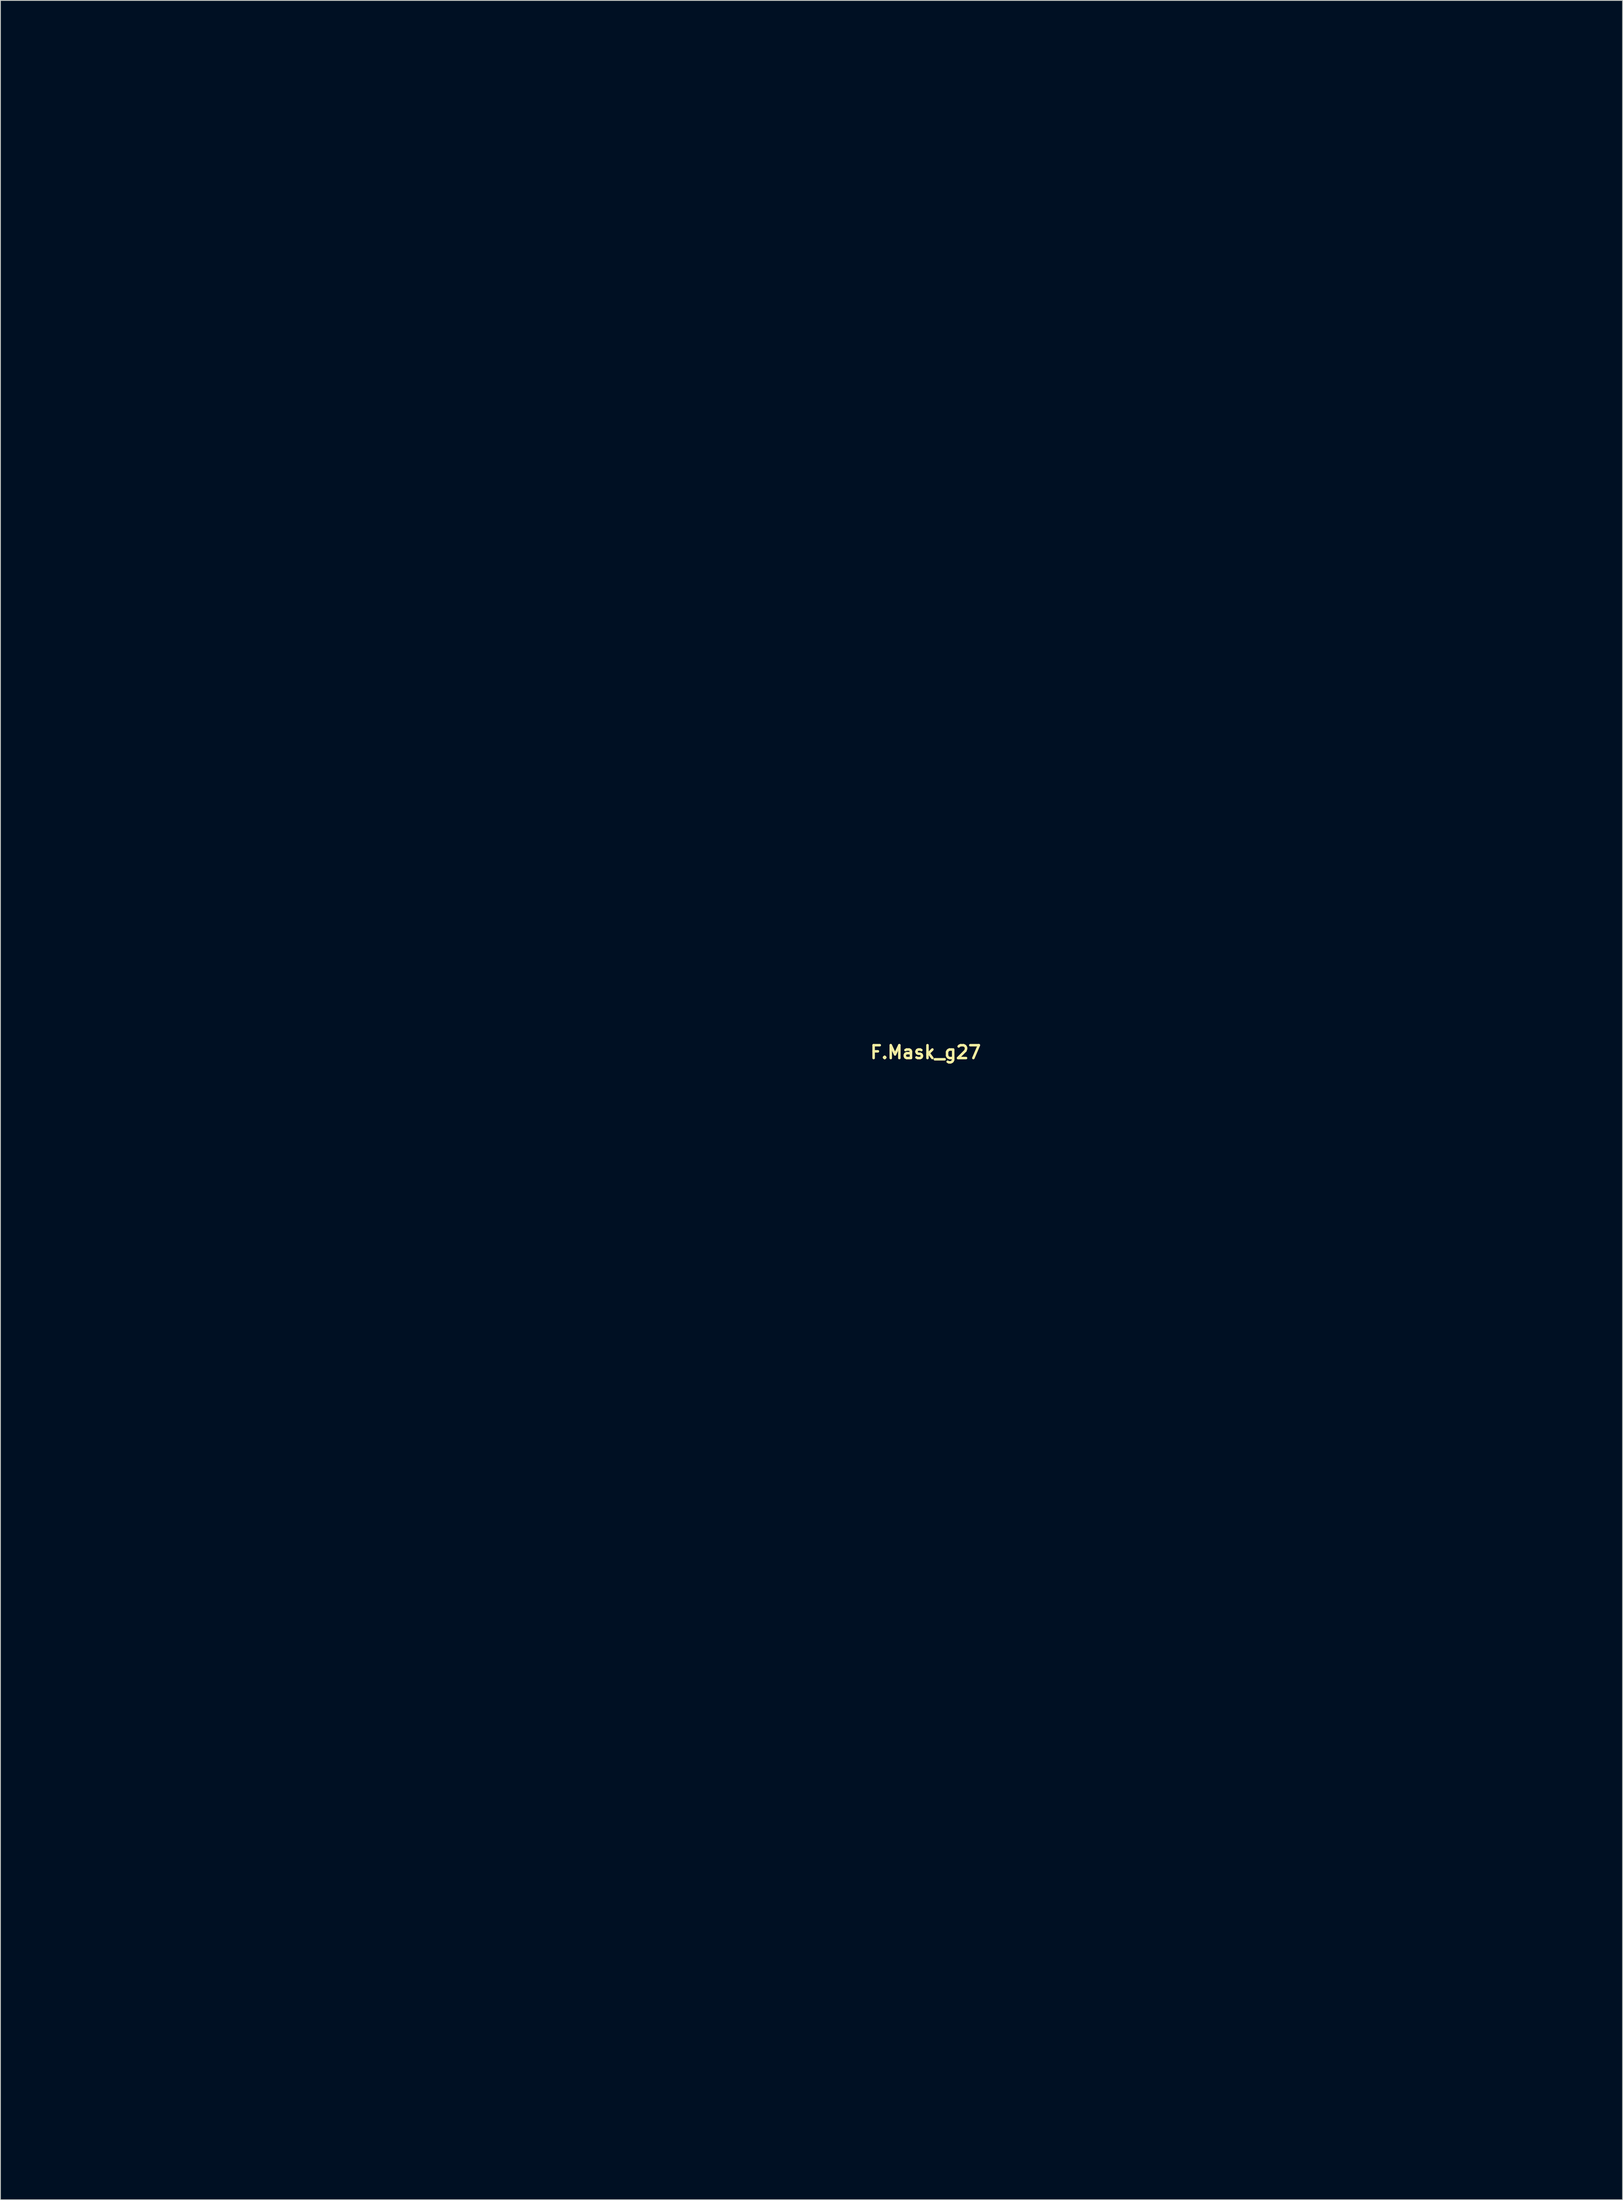
<source format=kicad_pcb>
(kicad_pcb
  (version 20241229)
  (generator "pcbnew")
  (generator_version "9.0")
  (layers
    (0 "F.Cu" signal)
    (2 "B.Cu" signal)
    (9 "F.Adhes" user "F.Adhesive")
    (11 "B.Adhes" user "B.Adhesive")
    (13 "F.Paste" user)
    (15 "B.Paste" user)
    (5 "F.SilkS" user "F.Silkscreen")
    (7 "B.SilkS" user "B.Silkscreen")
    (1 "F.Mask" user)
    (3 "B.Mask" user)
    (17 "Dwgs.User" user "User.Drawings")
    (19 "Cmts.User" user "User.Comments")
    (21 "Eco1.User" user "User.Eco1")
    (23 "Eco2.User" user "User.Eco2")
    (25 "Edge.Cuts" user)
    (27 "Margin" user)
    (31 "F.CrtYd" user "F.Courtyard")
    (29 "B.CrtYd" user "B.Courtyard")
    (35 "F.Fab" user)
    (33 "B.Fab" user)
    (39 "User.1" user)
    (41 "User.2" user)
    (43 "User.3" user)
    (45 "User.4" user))
  (footprint "F.Mask_g27"
    (layer "F.Cu")
    (at 106.727 121.692)
    (property "Reference" "F.Mask_g27" (at 0 0 0) (layer "F.SilkS") (effects (font (size 1.524 1.524) (thickness 0.3))))
    (attr through_hole)
    (fp_poly (pts (xy 69.511 -2.683) (xy 69.511 -1.451) (xy 69.511 -0.255) (xy 69.511 0.904) (xy 69.511 2.027) (xy 69.511 3.114) (xy 69.51 4.163) (xy 69.51 5.176) (xy 69.51 6.151) (xy 69.509 7.089) (xy 69.509 7.989) (xy 69.508 8.851) (xy 69.508 9.675) (xy 69.507 10.461) (xy 69.507 11.208) (xy 69.506 11.916) (xy 69.505 12.586) (xy 69.505 13.216) (xy 69.504 13.807) (xy 69.503 14.359) (xy 69.502 14.87) (xy 69.501 15.342) (xy 69.5 15.774) (xy 69.5 16.165) (xy 69.498 16.515) (xy 69.497 16.825) (xy 69.496 17.093) (xy 69.495 17.321) (xy 69.494 17.507) (xy 69.493 17.651) (xy 69.492 17.753) (xy 69.49 17.814) (xy 69.49 17.822) (xy 69.444 18.55) (xy 69.373 19.252) (xy 69.276 19.934) (xy 69.153 20.607) (xy 69.002 21.279) (xy 68.99 21.325) (xy 68.767 22.138) (xy 68.506 22.933) (xy 68.207 23.711) (xy 67.873 24.469) (xy 67.504 25.206) (xy 67.1 25.923) (xy 66.663 26.616) (xy 66.193 27.286) (xy 65.692 27.931) (xy 65.159 28.55) (xy 64.596 29.141) (xy 64.005 29.705) (xy 63.384 30.238) (xy 62.737 30.741) (xy 62.063 31.213) (xy 61.362 31.651) (xy 61.193 31.75) (xy 60.472 32.14) (xy 59.734 32.492) (xy 58.98 32.804) (xy 58.209 33.079) (xy 57.422 33.314) (xy 56.619 33.509) (xy 55.802 33.666) (xy 54.969 33.783) (xy 54.123 33.861) (xy 54.049 33.866) (xy 53.953 33.871) (xy 53.822 33.875) (xy 53.662 33.878) (xy 53.481 33.88) (xy 53.286 33.882) (xy 53.083 33.883) (xy 52.881 33.884) (xy 52.685 33.883) (xy 52.503 33.882) (xy 52.343 33.88) (xy 52.21 33.877) (xy 52.123 33.873) (xy 51.857 33.856) (xy 51.561 33.831) (xy 51.248 33.799) (xy 50.929 33.762) (xy 50.616 33.721) (xy 50.321 33.678) (xy 50.166 33.652) (xy 49.339 33.49) (xy 48.525 33.288) (xy 47.727 33.046) (xy 46.944 32.766) (xy 46.178 32.448) (xy 45.43 32.094) (xy 44.701 31.702) (xy 43.993 31.275) (xy 43.306 30.813) (xy 42.642 30.316) (xy 42.002 29.786) (xy 41.386 29.222) (xy 40.797 28.626) (xy 40.234 27.998) (xy 39.889 27.58) (xy 39.405 26.941) (xy 38.949 26.273) (xy 38.524 25.579) (xy 38.131 24.863) (xy 37.771 24.129) (xy 37.448 23.379) (xy 37.163 22.618) (xy 36.926 21.878) (xy 36.806 21.444) (xy 36.69 20.974) (xy 36.58 20.475) (xy 36.477 19.954) (xy 36.382 19.415) (xy 36.296 18.866) (xy 36.221 18.314) (xy 36.201 18.15) (xy 36.199 18.132) (xy 36.197 18.11) (xy 36.195 18.084) (xy 36.194 18.052) (xy 36.192 18.014) (xy 36.19 17.969) (xy 36.189 17.916) (xy 36.187 17.855) (xy 36.186 17.784) (xy 36.185 17.704) (xy 36.183 17.612) (xy 36.182 17.509) (xy 36.181 17.393) (xy 36.18 17.265) (xy 36.178 17.122) (xy 36.177 16.964) (xy 36.176 16.79) (xy 36.175 16.6) (xy 36.175 16.393) (xy 36.174 16.167) (xy 36.173 15.923) (xy 36.172 15.659) (xy 36.171 15.375) (xy 36.171 15.07) (xy 36.17 14.742) (xy 36.169 14.392) (xy 36.169 14.018) (xy 36.168 13.62) (xy 36.167 13.196) (xy 36.167 12.747) (xy 36.166 12.271) (xy 36.166 11.767) (xy 36.165 11.235) (xy 36.165 10.673) (xy 36.164 10.082) (xy 36.164 9.46) (xy 36.164 8.806) (xy 36.163 8.12) (xy 36.163 7.401) (xy 36.162 6.648) (xy 36.162 5.86) (xy 36.162 5.037) (xy 36.161 4.177) (xy 36.161 3.281) (xy 36.161 2.346) (xy 36.16 1.373) (xy 36.16 0.36) (xy 36.16 -0.693) (xy 36.159 -1.787) (xy 36.159 -2.439) (xy 36.152 -22.733) (xy 69.511 -22.733) (xy 69.511 -2.683)) (stroke (width 0.01) (type solid)) (fill yes) (layer "F.Mask"))
    (fp_poly (pts (xy -28.355 -48.035) (xy -28.282 -48.006) (xy -28.276 -48.003) (xy -28.27 -48.001) (xy -28.262 -47.999) (xy -28.251 -47.997) (xy -28.237 -47.994) (xy -28.219 -47.993) (xy -28.195 -47.991) (xy -28.166 -47.989) (xy -28.131 -47.987) (xy -28.087 -47.986) (xy -28.036 -47.984) (xy -27.975 -47.983) (xy -27.904 -47.981) (xy -27.823 -47.98) (xy -27.73 -47.979) (xy -27.624 -47.977) (xy -27.505 -47.976) (xy -27.372 -47.975) (xy -27.225 -47.974) (xy -27.061 -47.973) (xy -26.881 -47.972) (xy -26.683 -47.972) (xy -26.467 -47.971) (xy -26.232 -47.97) (xy -25.977 -47.969) (xy -25.702 -47.969) (xy -25.404 -47.968) (xy -25.085 -47.968) (xy -24.742 -47.967) (xy -24.375 -47.967) (xy -23.984 -47.966) (xy -23.566 -47.966) (xy -23.123 -47.966) (xy -22.651 -47.965) (xy -22.152 -47.965) (xy -21.624 -47.965) (xy -21.066 -47.965) (xy -20.477 -47.964) (xy -19.856 -47.964) (xy -19.204 -47.964) (xy -18.518 -47.964) (xy -17.799 -47.964) (xy -17.044 -47.964) (xy -16.254 -47.964) (xy -15.428 -47.964) (xy -14.564 -47.964) (xy -13.662 -47.964) (xy -12.721 -47.964) (xy -11.741 -47.964) (xy -10.72 -47.964) (xy -9.657 -47.964) (xy 9.163 -47.964) (xy 9.371 -47.858) (xy 9.651 -47.692) (xy 9.902 -47.497) (xy 10.123 -47.275) (xy 10.313 -47.03) (xy 10.472 -46.763) (xy 10.597 -46.478) (xy 10.689 -46.176) (xy 10.746 -45.86) (xy 10.767 -45.533) (xy 10.752 -45.198) (xy 10.699 -44.857) (xy 10.608 -44.512) (xy 10.602 -44.492) (xy 10.471 -44.156) (xy 10.307 -43.836) (xy 10.111 -43.538) (xy 9.887 -43.265) (xy 9.638 -43.022) (xy 9.367 -42.811) (xy 9.311 -42.774) (xy 9.23 -42.721) (xy 9.164 -42.675) (xy 9.12 -42.643) (xy 9.104 -42.63) (xy 9.122 -42.616) (xy 9.168 -42.59) (xy 9.234 -42.557) (xy 9.246 -42.551) (xy 9.497 -42.41) (xy 9.745 -42.228) (xy 9.925 -42.068) (xy 10.16 -41.814) (xy 10.359 -41.54) (xy 10.52 -41.246) (xy 10.645 -40.931) (xy 10.723 -40.64) (xy 10.746 -40.491) (xy 10.76 -40.313) (xy 10.763 -40.119) (xy 10.757 -39.92) (xy 10.741 -39.729) (xy 10.716 -39.558) (xy 10.714 -39.549) (xy 10.624 -39.19) (xy 10.498 -38.853) (xy 10.335 -38.537) (xy 10.134 -38.238) (xy 9.895 -37.956) (xy 9.88 -37.94) (xy 9.59 -37.665) (xy 9.282 -37.427) (xy 8.955 -37.225) (xy 8.853 -37.171) (xy 8.722 -37.105) (xy -3.444 -37.105) (xy -3.457 -37.386) (xy -3.5 -37.828) (xy -3.583 -38.269) (xy -3.706 -38.704) (xy -3.866 -39.132) (xy -4.063 -39.549) (xy -4.295 -39.954) (xy -4.56 -40.342) (xy -4.857 -40.713) (xy -5.184 -41.062) (xy -5.54 -41.388) (xy -5.813 -41.605) (xy -6.241 -41.901) (xy -6.688 -42.161) (xy -7.153 -42.383) (xy -7.632 -42.567) (xy -8.124 -42.713) (xy -8.625 -42.821) (xy -9.133 -42.889) (xy -9.646 -42.917) (xy -10.161 -42.905) (xy -10.676 -42.851) (xy -11.155 -42.764) (xy -11.642 -42.636) (xy -12.119 -42.471) (xy -12.58 -42.271) (xy -13.023 -42.037) (xy -13.443 -41.773) (xy -13.837 -41.48) (xy -14.201 -41.16) (xy -14.242 -41.12) (xy -14.32 -41.04) (xy -14.414 -40.937) (xy -14.514 -40.824) (xy -14.609 -40.711) (xy -14.641 -40.672) (xy -14.96 -40.247) (xy -15.238 -39.817) (xy -15.476 -39.382) (xy -15.672 -38.942) (xy -15.827 -38.499) (xy -15.94 -38.053) (xy -16.012 -37.605) (xy -16.027 -37.439) (xy -16.053 -37.105) (xy -21.959 -37.106) (xy -27.866 -37.106) (xy -28.071 -37.21) (xy -28.411 -37.404) (xy -28.72 -37.626) (xy -28.998 -37.876) (xy -29.245 -38.156) (xy -29.309 -38.24) (xy -29.457 -38.467) (xy -29.591 -38.723) (xy -29.706 -38.999) (xy -29.797 -39.282) (xy -29.858 -39.55) (xy -29.877 -39.696) (xy -29.89 -39.866) (xy -29.896 -40.05) (xy -29.896 -40.236) (xy -29.889 -40.413) (xy -29.875 -40.568) (xy -29.86 -40.665) (xy -29.772 -41.003) (xy -29.648 -41.318) (xy -29.489 -41.611) (xy -29.294 -41.881) (xy -29.08 -42.111) (xy -28.964 -42.216) (xy -28.833 -42.32) (xy -28.697 -42.418) (xy -28.567 -42.501) (xy -28.451 -42.564) (xy -28.412 -42.582) (xy -28.359 -42.606) (xy -28.327 -42.624) (xy -28.322 -42.63) (xy -28.339 -42.645) (xy -28.383 -42.679) (xy -28.448 -42.726) (xy -28.506 -42.767) (xy -28.656 -42.882) (xy -28.815 -43.024) (xy -28.973 -43.181) (xy -29.117 -43.343) (xy -29.207 -43.456) (xy -29.407 -43.755) (xy -29.573 -44.069) (xy -29.707 -44.396) (xy -29.807 -44.73) (xy -29.872 -45.068) (xy -29.902 -45.407) (xy -29.897 -45.742) (xy -29.856 -46.07) (xy -29.779 -46.386) (xy -29.665 -46.687) (xy -29.645 -46.73) (xy -29.545 -46.921) (xy -29.44 -47.086) (xy -29.317 -47.242) (xy -29.201 -47.368) (xy -29.059 -47.506) (xy -28.919 -47.622) (xy -28.766 -47.726) (xy -28.588 -47.828) (xy -28.572 -47.837) (xy -28.495 -47.879) (xy -28.439 -47.913) (xy -28.41 -47.936) (xy -28.411 -47.942) (xy -28.441 -47.959) (xy -28.448 -47.995) (xy -28.439 -48.033) (xy -28.41 -48.047) (xy -28.355 -48.035)) (stroke (width 0.01) (type solid)) (fill yes) (layer "F.Mask"))
    (fp_poly (pts (xy 12.1 -114.866) (xy 12.093 -114.837) (xy 12.078 -114.768) (xy 12.055 -114.661) (xy 12.023 -114.518) (xy 11.984 -114.339) (xy 11.938 -114.126) (xy 11.884 -113.881) (xy 11.824 -113.605) (xy 11.758 -113.301) (xy 11.686 -112.968) (xy 11.608 -112.61) (xy 11.524 -112.227) (xy 11.436 -111.821) (xy 11.343 -111.393) (xy 11.246 -110.946) (xy 11.144 -110.48) (xy 11.04 -109.997) (xy 10.931 -109.499) (xy 10.82 -108.987) (xy 10.706 -108.463) (xy 10.59 -107.928) (xy 10.472 -107.383) (xy 10.352 -106.831) (xy 10.23 -106.273) (xy 10.108 -105.71) (xy 9.985 -105.144) (xy 9.862 -104.576) (xy 9.739 -104.009) (xy 9.616 -103.442) (xy 9.494 -102.879) (xy 9.372 -102.32) (xy 9.252 -101.768) (xy 9.134 -101.222) (xy 9.018 -100.686) (xy 8.904 -100.161) (xy 8.793 -99.648) (xy 8.684 -99.148) (xy 8.579 -98.664) (xy 8.478 -98.196) (xy 8.38 -97.747) (xy 8.287 -97.317) (xy 8.199 -96.909) (xy 8.115 -96.524) (xy 8.037 -96.163) (xy 7.965 -95.828) (xy 7.898 -95.52) (xy 7.838 -95.242) (xy 7.784 -94.994) (xy 7.738 -94.778) (xy 7.737 -94.774) (xy 7.652 -94.38) (xy 7.569 -93.998) (xy 7.49 -93.629) (xy 7.413 -93.274) (xy 7.34 -92.937) (xy 7.271 -92.619) (xy 7.207 -92.322) (xy 7.148 -92.048) (xy 7.094 -91.8) (xy 7.046 -91.579) (xy 7.005 -91.388) (xy 6.97 -91.229) (xy 6.943 -91.103) (xy 6.923 -91.013) (xy 6.912 -90.961) (xy 6.909 -90.948) (xy 6.908 -90.94) (xy 6.914 -90.933) (xy 6.929 -90.928) (xy 6.956 -90.923) (xy 7 -90.92) (xy 7.062 -90.917) (xy 7.146 -90.915) (xy 7.255 -90.913) (xy 7.393 -90.912) (xy 7.562 -90.911) (xy 7.766 -90.911) (xy 8.007 -90.911) (xy 8.124 -90.911) (xy 9.35 -90.911) (xy 9.362 -90.969) (xy 9.372 -91.014) (xy 9.39 -91.096) (xy 9.416 -91.212) (xy 9.449 -91.358) (xy 9.489 -91.533) (xy 9.534 -91.733) (xy 9.584 -91.955) (xy 9.639 -92.197) (xy 9.698 -92.455) (xy 9.76 -92.727) (xy 9.825 -93.011) (xy 9.891 -93.302) (xy 9.959 -93.598) (xy 10.027 -93.897) (xy 10.095 -94.195) (xy 10.163 -94.49) (xy 10.229 -94.779) (xy 10.293 -95.058) (xy 10.354 -95.326) (xy 10.412 -95.579) (xy 10.466 -95.814) (xy 10.516 -96.029) (xy 10.56 -96.22) (xy 10.598 -96.385) (xy 10.63 -96.521) (xy 10.654 -96.625) (xy 10.67 -96.695) (xy 10.678 -96.727) (xy 10.679 -96.728) (xy 10.691 -96.73) (xy 10.723 -96.731) (xy 10.776 -96.728) (xy 10.853 -96.723) (xy 10.956 -96.716) (xy 11.087 -96.705) (xy 11.249 -96.692) (xy 11.443 -96.675) (xy 11.672 -96.655) (xy 11.938 -96.631) (xy 12.243 -96.604) (xy 12.372 -96.592) (xy 14.984 -96.338) (xy 17.571 -96.05) (xy 20.133 -95.728) (xy 22.669 -95.373) (xy 25.182 -94.984) (xy 27.669 -94.562) (xy 30.134 -94.105) (xy 32.574 -93.615) (xy 34.992 -93.091) (xy 37.387 -92.533) (xy 39.759 -91.941) (xy 42.11 -91.315) (xy 42.931 -91.086) (xy 43.582 -90.903) (xy 43.582 -85.873) (xy -63.077 -85.873) (xy -63.077 -90.904) (xy -62.701 -91.004) (xy -61.955 -91.2) (xy -61.17 -91.4) (xy -60.349 -91.601) (xy -59.494 -91.805) (xy -58.608 -92.011) (xy -57.694 -92.217) (xy -56.755 -92.424) (xy -55.793 -92.63) (xy -54.812 -92.835) (xy -53.815 -93.039) (xy -52.803 -93.24) (xy -51.781 -93.439) (xy -50.751 -93.635) (xy -49.715 -93.826) (xy -48.676 -94.013) (xy -48.329 -94.074) (xy -46.391 -94.406) (xy -44.42 -94.725) (xy -42.423 -95.031) (xy -40.406 -95.323) (xy -38.378 -95.6) (xy -36.344 -95.86) (xy -34.313 -96.104) (xy -32.292 -96.329) (xy -30.854 -96.478) (xy -30.667 -96.497) (xy -30.495 -96.514) (xy -30.34 -96.529) (xy -30.207 -96.541) (xy -30.102 -96.551) (xy -30.028 -96.557) (xy -29.989 -96.559) (xy -29.985 -96.559) (xy -29.98 -96.538) (xy -29.966 -96.477) (xy -29.945 -96.381) (xy -29.916 -96.25) (xy -29.88 -96.087) (xy -29.838 -95.895) (xy -29.79 -95.676) (xy -29.736 -95.432) (xy -29.678 -95.165) (xy -29.615 -94.879) (xy -29.549 -94.575) (xy -29.479 -94.256) (xy -29.406 -93.924) (xy -29.365 -93.737) (xy -28.751 -90.921) (xy -27.573 -90.916) (xy -27.354 -90.915) (xy -27.148 -90.915) (xy -26.959 -90.914) (xy -26.792 -90.915) (xy -26.648 -90.915) (xy -26.533 -90.916) (xy -26.451 -90.917) (xy -26.404 -90.918) (xy -26.395 -90.919) (xy -26.399 -90.941) (xy -26.412 -91.001) (xy -26.433 -91.099) (xy -26.462 -91.232) (xy -26.497 -91.399) (xy -26.54 -91.596) (xy -26.589 -91.823) (xy -26.643 -92.076) (xy -26.703 -92.355) (xy -26.768 -92.657) (xy -26.838 -92.98) (xy -26.912 -93.321) (xy -26.989 -93.68) (xy -27.069 -94.053) (xy -27.153 -94.439) (xy -27.221 -94.756) (xy -27.263 -94.947) (xy -27.311 -95.172) (xy -27.367 -95.428) (xy -27.43 -95.715) (xy -27.499 -96.03) (xy -27.574 -96.372) (xy -27.655 -96.74) (xy -27.741 -97.132) (xy -27.832 -97.547) (xy -27.928 -97.983) (xy -28.028 -98.438) (xy -28.133 -98.91) (xy -28.24 -99.4) (xy -28.352 -99.904) (xy -28.466 -100.421) (xy -28.583 -100.95) (xy -28.702 -101.489) (xy -28.823 -102.037) (xy -28.945 -102.592) (xy -29.069 -103.152) (xy -29.194 -103.716) (xy -29.32 -104.283) (xy -29.445 -104.851) (xy -29.571 -105.418) (xy -29.696 -105.983) (xy -29.82 -106.544) (xy -29.944 -107.1) (xy -30.065 -107.649) (xy -30.185 -108.189) (xy -30.303 -108.72) (xy -30.418 -109.239) (xy -30.531 -109.746) (xy -30.64 -110.238) (xy -30.746 -110.713) (xy -30.848 -111.171) (xy -30.945 -111.61) (xy -31.038 -112.028) (xy -31.127 -112.424) (xy -31.21 -112.796) (xy -31.287 -113.143) (xy -31.359 -113.463) (xy -31.424 -113.755) (xy -31.482 -114.016) (xy -31.534 -114.246) (xy -31.579 -114.443) (xy -31.615 -114.605) (xy -31.644 -114.731) (xy -31.665 -114.82) (xy -31.677 -114.869) (xy -31.679 -114.877) (xy -31.678 -114.879) (xy -31.674 -114.881) (xy -31.667 -114.882) (xy -31.655 -114.884) (xy -31.637 -114.886) (xy -31.614 -114.888) (xy -31.584 -114.889) (xy -31.546 -114.891) (xy -31.5 -114.892) (xy -31.445 -114.893) (xy -31.38 -114.895) (xy -31.304 -114.896) (xy -31.217 -114.897) (xy -31.118 -114.898) (xy -31.006 -114.899) (xy -30.881 -114.9) (xy -30.741 -114.901) (xy -30.586 -114.902) (xy -30.415 -114.903) (xy -30.227 -114.904) (xy -30.022 -114.905) (xy -29.799 -114.906) (xy -29.557 -114.906) (xy -29.295 -114.907) (xy -29.013 -114.908) (xy -28.71 -114.908) (xy -28.385 -114.909) (xy -28.037 -114.909) (xy -27.666 -114.91) (xy -27.27 -114.91) (xy -26.849 -114.911) (xy -26.403 -114.911) (xy -25.93 -114.911) (xy -25.43 -114.912) (xy -24.902 -114.912) (xy -24.346 -114.912) (xy -23.76 -114.912) (xy -23.143 -114.913) (xy -22.496 -114.913) (xy -21.816 -114.913) (xy -21.105 -114.913) (xy -20.36 -114.913) (xy -19.581 -114.913) (xy -18.767 -114.914) (xy -17.917 -114.914) (xy -17.032 -114.914) (xy -16.109 -114.914) (xy -15.148 -114.914) (xy -14.149 -114.914) (xy -13.11 -114.914) (xy -12.032 -114.914) (xy -10.912 -114.914) (xy -9.789 -114.914) (xy 12.112 -114.914) (xy 12.1 -114.866)) (stroke (width 0.01) (type solid)) (fill yes) (layer "F.Mask"))
    (fp_poly (pts (xy -21 -84.464) (xy -20.788 -84.46) (xy -20.59 -84.453) (xy -20.414 -84.444) (xy -20.269 -84.433) (xy -20.214 -84.427) (xy -19.698 -84.354) (xy -19.209 -84.26) (xy -18.738 -84.145) (xy -18.273 -84.006) (xy -18.224 -83.99) (xy -17.64 -83.773) (xy -17.074 -83.519) (xy -16.527 -83.231) (xy -16.002 -82.908) (xy -15.5 -82.553) (xy -15.022 -82.167) (xy -14.57 -81.752) (xy -14.146 -81.31) (xy -13.752 -80.842) (xy -13.388 -80.349) (xy -13.057 -79.833) (xy -12.76 -79.297) (xy -12.498 -78.74) (xy -12.274 -78.166) (xy -12.272 -78.158) (xy -12.097 -77.602) (xy -11.955 -77.029) (xy -11.845 -76.433) (xy -11.823 -76.279) (xy -11.808 -76.179) (xy -6.973 -76.179) (xy -6.935 -76.447) (xy -6.826 -77.056) (xy -6.676 -77.655) (xy -6.487 -78.243) (xy -6.257 -78.819) (xy -5.99 -79.38) (xy -5.684 -79.925) (xy -5.341 -80.453) (xy -4.961 -80.961) (xy -4.956 -80.967) (xy -4.833 -81.115) (xy -4.684 -81.282) (xy -4.519 -81.461) (xy -4.345 -81.642) (xy -4.168 -81.819) (xy -3.998 -81.984) (xy -3.842 -82.128) (xy -3.789 -82.174) (xy -3.307 -82.563) (xy -2.801 -82.919) (xy -2.272 -83.242) (xy -1.723 -83.53) (xy -1.158 -83.782) (xy -0.58 -83.996) (xy 0.01 -84.171) (xy 0.608 -84.306) (xy 0.783 -84.337) (xy 0.998 -84.372) (xy 1.189 -84.4) (xy 1.367 -84.422) (xy 1.539 -84.439) (xy 1.716 -84.45) (xy 1.906 -84.458) (xy 2.118 -84.462) (xy 2.361 -84.464) (xy 2.424 -84.464) (xy 2.675 -84.463) (xy 2.894 -84.459) (xy 3.088 -84.453) (xy 3.267 -84.442) (xy 3.44 -84.427) (xy 3.615 -84.406) (xy 3.803 -84.379) (xy 4.011 -84.346) (xy 4.064 -84.337) (xy 4.668 -84.214) (xy 5.26 -84.05) (xy 5.839 -83.848) (xy 6.402 -83.607) (xy 6.949 -83.33) (xy 7.478 -83.017) (xy 7.986 -82.669) (xy 8.472 -82.288) (xy 8.934 -81.873) (xy 9.371 -81.428) (xy 9.781 -80.952) (xy 9.98 -80.696) (xy 10.339 -80.184) (xy 10.664 -79.647) (xy 10.953 -79.089) (xy 11.206 -78.512) (xy 11.423 -77.917) (xy 11.601 -77.308) (xy 11.74 -76.686) (xy 11.777 -76.476) (xy 11.826 -76.189) (xy 17.948 -76.184) (xy 24.071 -76.179) (xy 24.116 -76.122) (xy 24.46 -75.689) (xy 24.771 -75.28) (xy 25.048 -74.898) (xy 25.293 -74.54) (xy 25.506 -74.208) (xy 25.686 -73.9) (xy 25.745 -73.792) (xy 25.883 -73.533) (xy 11.736 -73.533) (xy 11.688 -73.246) (xy 11.606 -72.832) (xy 11.498 -72.401) (xy 11.367 -71.963) (xy 11.217 -71.532) (xy 11.169 -71.406) (xy 11.108 -71.259) (xy 11.03 -71.085) (xy 10.939 -70.893) (xy 10.84 -70.692) (xy 10.737 -70.49) (xy 10.634 -70.297) (xy 10.538 -70.122) (xy 10.451 -69.974) (xy 10.426 -69.935) (xy 10.071 -69.408) (xy 9.684 -68.91) (xy 9.269 -68.441) (xy 8.827 -68.002) (xy 8.359 -67.595) (xy 7.865 -67.221) (xy 7.349 -66.88) (xy 6.812 -66.575) (xy 6.254 -66.305) (xy 5.677 -66.072) (xy 5.083 -65.877) (xy 4.913 -65.829) (xy 4.304 -65.685) (xy 3.687 -65.583) (xy 3.066 -65.521) (xy 2.442 -65.499) (xy 1.818 -65.518) (xy 1.196 -65.576) (xy 0.577 -65.674) (xy -0.035 -65.812) (xy -0.638 -65.988) (xy -1.231 -66.202) (xy -1.811 -66.455) (xy -2.376 -66.746) (xy -2.614 -66.883) (xy -3.144 -67.22) (xy -3.65 -67.59) (xy -4.13 -67.989) (xy -4.582 -68.416) (xy -5.003 -68.867) (xy -5.392 -69.342) (xy -5.746 -69.838) (xy -5.989 -70.225) (xy -6.037 -70.304) (xy -6.076 -70.366) (xy -6.102 -70.404) (xy -6.111 -70.413) (xy -6.106 -70.393) (xy -6.089 -70.334) (xy -6.061 -70.24) (xy -6.023 -70.114) (xy -5.975 -69.958) (xy -5.919 -69.774) (xy -5.855 -69.565) (xy -5.784 -69.334) (xy -5.707 -69.083) (xy -5.624 -68.816) (xy -5.537 -68.533) (xy -5.445 -68.239) (xy -5.431 -68.192) (xy -5.318 -67.829) (xy -5.217 -67.505) (xy -5.128 -67.215) (xy -5.049 -66.958) (xy -4.98 -66.73) (xy -4.92 -66.53) (xy -4.868 -66.353) (xy -4.824 -66.197) (xy -4.788 -66.061) (xy -4.758 -65.94) (xy -4.734 -65.833) (xy -4.716 -65.735) (xy -4.702 -65.646) (xy -4.691 -65.562) (xy -4.685 -65.48) (xy -4.681 -65.398) (xy -4.679 -65.312) (xy -4.678 -65.221) (xy -4.678 -65.121) (xy -4.678 -65.045) (xy -4.697 -64.575) (xy -4.754 -64.117) (xy -4.847 -63.673) (xy -4.976 -63.245) (xy -5.139 -62.836) (xy -5.336 -62.446) (xy -5.565 -62.078) (xy -5.825 -61.735) (xy -6.116 -61.418) (xy -6.436 -61.129) (xy -6.784 -60.87) (xy -6.845 -60.83) (xy -7.077 -60.698) (xy -7.344 -60.578) (xy -7.641 -60.472) (xy -7.962 -60.382) (xy -8.301 -60.309) (xy -8.653 -60.254) (xy -9.006 -60.22) (xy -9.16 -60.211) (xy -9.285 -60.205) (xy -9.394 -60.203) (xy -9.499 -60.204) (xy -9.615 -60.208) (xy -9.694 -60.212) (xy -10.106 -60.247) (xy -10.498 -60.304) (xy -10.865 -60.383) (xy -11.206 -60.482) (xy -11.516 -60.602) (xy -11.792 -60.74) (xy -11.871 -60.787) (xy -12.101 -60.943) (xy -12.336 -61.128) (xy -12.568 -61.331) (xy -12.786 -61.545) (xy -12.979 -61.761) (xy -13.089 -61.898) (xy -13.348 -62.278) (xy -13.569 -62.678) (xy -13.753 -63.096) (xy -13.899 -63.533) (xy -14.008 -63.99) (xy -14.08 -64.467) (xy -14.1 -64.699) (xy -14.11 -64.915) (xy -14.11 -65.149) (xy -14.102 -65.386) (xy -14.085 -65.613) (xy -14.061 -65.817) (xy -14.052 -65.871) (xy -14.043 -65.909) (xy -14.022 -65.986) (xy -13.99 -66.097) (xy -13.947 -66.24) (xy -13.896 -66.412) (xy -13.837 -66.61) (xy -13.769 -66.832) (xy -13.696 -67.074) (xy -13.616 -67.334) (xy -13.532 -67.609) (xy -13.443 -67.897) (xy -13.353 -68.188) (xy -13.262 -68.483) (xy -13.174 -68.766) (xy -13.091 -69.036) (xy -13.012 -69.289) (xy -12.94 -69.524) (xy -12.874 -69.737) (xy -12.815 -69.925) (xy -12.765 -70.087) (xy -12.725 -70.219) (xy -12.694 -70.319) (xy -12.674 -70.384) (xy -12.666 -70.411) (xy -12.666 -70.411) (xy -12.672 -70.409) (xy -12.696 -70.376) (xy -12.735 -70.317) (xy -12.786 -70.238) (xy -12.812 -70.194) (xy -13.158 -69.67) (xy -13.539 -69.168) (xy -13.953 -68.691) (xy -14.399 -68.24) (xy -14.875 -67.817) (xy -15.379 -67.423) (xy -15.911 -67.06) (xy -16.129 -66.925) (xy -16.679 -66.617) (xy -17.247 -66.346) (xy -17.83 -66.111) (xy -18.426 -65.913) (xy -19.032 -65.753) (xy -19.644 -65.631) (xy -20.261 -65.548) (xy -20.879 -65.505) (xy -21.496 -65.502) (xy -22.108 -65.54) (xy -22.337 -65.565) (xy -22.966 -65.663) (xy -23.583 -65.8) (xy -24.186 -65.978) (xy -24.775 -66.194) (xy -25.347 -66.449) (xy -25.901 -66.741) (xy -26.436 -67.071) (xy -26.95 -67.437) (xy -27.119 -67.569) (xy -27.601 -67.982) (xy -28.053 -68.423) (xy -28.474 -68.891) (xy -28.862 -69.385) (xy -29.217 -69.902) (xy -29.538 -70.441) (xy -29.544 -70.453) (xy -6.138 -70.453) (xy -6.128 -70.443) (xy -6.117 -70.453) (xy -6.128 -70.464) (xy -6.138 -70.453) (xy -29.544 -70.453) (xy -29.555 -70.474) (xy -12.658 -70.474) (xy -12.647 -70.464) (xy -12.636 -70.474) (xy -12.647 -70.485) (xy -12.658 -70.474) (xy -29.555 -70.474) (xy -29.823 -71) (xy -30.071 -71.577) (xy -30.281 -72.171) (xy -30.453 -72.778) (xy -30.564 -73.285) (xy -30.581 -73.378) (xy -30.595 -73.455) (xy -30.604 -73.506) (xy -30.607 -73.523) (xy -30.628 -73.524) (xy -30.69 -73.525) (xy -30.791 -73.526) (xy -30.929 -73.526) (xy -31.104 -73.527) (xy -31.313 -73.528) (xy -31.555 -73.528) (xy -31.829 -73.529) (xy -32.133 -73.529) (xy -32.464 -73.53) (xy -32.823 -73.53) (xy -33.207 -73.531) (xy -33.615 -73.531) (xy -34.044 -73.532) (xy -34.495 -73.532) (xy -34.964 -73.532) (xy -35.451 -73.533) (xy -35.953 -73.533) (xy -36.47 -73.533) (xy -37 -73.533) (xy -37.541 -73.533) (xy -37.634 -73.533) (xy -38.177 -73.533) (xy -38.709 -73.533) (xy -39.228 -73.533) (xy -39.733 -73.533) (xy -40.223 -73.534) (xy -40.695 -73.534) (xy -41.149 -73.534) (xy -41.582 -73.535) (xy -41.994 -73.535) (xy -42.382 -73.536) (xy -42.745 -73.536) (xy -43.081 -73.537) (xy -43.39 -73.537) (xy -43.669 -73.538) (xy -43.917 -73.539) (xy -44.132 -73.539) (xy -44.312 -73.54) (xy -44.457 -73.541) (xy -44.565 -73.542) (xy -44.633 -73.542) (xy -44.661 -73.543) (xy -44.662 -73.543) (xy -44.651 -73.565) (xy -44.62 -73.619) (xy -44.573 -73.698) (xy -44.511 -73.799) (xy -44.438 -73.917) (xy -44.357 -74.047) (xy -44.271 -74.185) (xy -44.182 -74.326) (xy -44.094 -74.464) (xy -43.961 -74.672) (xy -43.835 -74.867) (xy -43.794 -74.929) (xy -21.852 -74.929) (xy -21.849 -74.754) (xy -21.839 -74.59) (xy -21.821 -74.45) (xy -21.814 -74.411) (xy -21.721 -74.078) (xy -21.593 -73.765) (xy -21.429 -73.475) (xy -21.229 -73.208) (xy -21.086 -73.053) (xy -20.995 -72.966) (xy -20.895 -72.878) (xy -20.799 -72.8) (xy -20.739 -72.755) (xy -20.515 -72.619) (xy -20.271 -72.502) (xy -20.017 -72.409) (xy -19.768 -72.345) (xy -19.665 -72.327) (xy -19.544 -72.317) (xy -19.396 -72.315) (xy -19.234 -72.319) (xy -19.072 -72.331) (xy -18.924 -72.348) (xy -18.817 -72.367) (xy -18.494 -72.46) (xy -18.192 -72.59) (xy -17.912 -72.756) (xy -17.654 -72.959) (xy -17.493 -73.114) (xy -17.281 -73.366) (xy -17.105 -73.634) (xy -16.966 -73.915) (xy -16.864 -74.206) (xy -16.798 -74.504) (xy -16.769 -74.805) (xy -16.771 -74.898) (xy -1.566 -74.898) (xy -1.546 -74.564) (xy -1.485 -74.242) (xy -1.385 -73.934) (xy -1.246 -73.641) (xy -1.069 -73.366) (xy -0.854 -73.11) (xy -0.763 -73.017) (xy -0.529 -72.814) (xy -0.286 -72.648) (xy -0.027 -72.515) (xy 0.192 -72.431) (xy 0.487 -72.352) (xy 0.784 -72.314) (xy 1.087 -72.316) (xy 1.217 -72.329) (xy 1.487 -72.38) (xy 1.762 -72.466) (xy 2.033 -72.582) (xy 2.289 -72.725) (xy 2.365 -72.775) (xy 2.575 -72.939) (xy 2.778 -73.136) (xy 2.966 -73.357) (xy 3.131 -73.592) (xy 3.267 -73.831) (xy 3.305 -73.912) (xy 3.412 -74.207) (xy 3.481 -74.511) (xy 3.512 -74.82) (xy 3.502 -75.129) (xy 3.454 -75.432) (xy 3.396 -75.639) (xy 3.278 -75.928) (xy 3.123 -76.2) (xy 2.936 -76.452) (xy 2.719 -76.681) (xy 2.475 -76.883) (xy 2.209 -77.057) (xy 1.923 -77.198) (xy 1.621 -77.305) (xy 1.438 -77.35) (xy 1.121 -77.394) (xy 0.807 -77.398) (xy 0.498 -77.362) (xy 0.198 -77.289) (xy -0.09 -77.181) (xy -0.363 -77.038) (xy -0.617 -76.862) (xy -0.848 -76.656) (xy -1.054 -76.42) (xy -1.231 -76.157) (xy -1.295 -76.039) (xy -1.414 -75.775) (xy -1.497 -75.512) (xy -1.547 -75.239) (xy -1.566 -74.946) (xy -1.566 -74.898) (xy -16.771 -74.898) (xy -16.776 -75.107) (xy -16.82 -75.405) (xy -16.902 -75.697) (xy -17.02 -75.98) (xy -17.175 -76.249) (xy -17.367 -76.503) (xy -17.444 -76.588) (xy -17.685 -76.814) (xy -17.948 -77.004) (xy -18.233 -77.159) (xy -18.541 -77.277) (xy -18.856 -77.357) (xy -18.993 -77.377) (xy -19.156 -77.389) (xy -19.332 -77.394) (xy -19.508 -77.391) (xy -19.672 -77.38) (xy -19.81 -77.362) (xy -19.844 -77.355) (xy -20.166 -77.264) (xy -20.467 -77.138) (xy -20.745 -76.977) (xy -20.997 -76.785) (xy -21.221 -76.564) (xy -21.417 -76.314) (xy -21.58 -76.039) (xy -21.711 -75.74) (xy -21.806 -75.419) (xy -21.814 -75.385) (xy -21.834 -75.257) (xy -21.847 -75.101) (xy -21.852 -74.929) (xy -43.794 -74.929) (xy -43.709 -75.057) (xy -43.578 -75.252) (xy -43.436 -75.461) (xy -43.277 -75.693) (xy -43.238 -75.75) (xy -42.942 -76.179) (xy -30.61 -76.179) (xy -30.596 -76.279) (xy -30.492 -76.9) (xy -30.347 -77.509) (xy -30.164 -78.103) (xy -29.943 -78.681) (xy -29.685 -79.241) (xy -29.391 -79.783) (xy -29.062 -80.304) (xy -28.699 -80.804) (xy -28.303 -81.279) (xy -27.874 -81.73) (xy -27.414 -82.154) (xy -26.924 -82.55) (xy -26.458 -82.881) (xy -25.921 -83.215) (xy -25.365 -83.51) (xy -24.791 -83.768) (xy -24.198 -83.987) (xy -23.588 -84.168) (xy -22.961 -84.31) (xy -22.316 -84.414) (xy -22.119 -84.438) (xy -21.991 -84.449) (xy -21.829 -84.457) (xy -21.641 -84.462) (xy -21.435 -84.465) (xy -21.219 -84.466) (xy -21 -84.464)) (stroke (width 0.01) (type solid)) (fill yes) (layer "F.Mask"))
    (fp_poly (pts (xy 79.65 133.032) (xy -106.722 133.032) (xy -106.722 25.876) (xy -97.343 25.876) (xy -97.343 26.484) (xy -97.343 27.123) (xy -97.343 27.794) (xy -97.343 28.499) (xy -97.342 29.238) (xy -97.342 30.012) (xy -97.342 30.822) (xy -97.342 31.669) (xy -97.342 32.553) (xy -97.341 33.475) (xy -97.341 34.437) (xy -97.341 35.439) (xy -97.341 36.481) (xy -97.34 37.327) (xy -97.335 56.25) (xy -97.288 56.506) (xy -97.213 56.868) (xy -97.124 57.201) (xy -97.018 57.516) (xy -96.891 57.825) (xy -96.806 58.007) (xy -96.675 58.263) (xy -96.544 58.491) (xy -96.406 58.704) (xy -96.266 58.896) (xy -95.959 59.265) (xy -95.625 59.602) (xy -95.264 59.907) (xy -94.88 60.178) (xy -94.474 60.414) (xy -94.047 60.615) (xy -93.601 60.779) (xy -93.139 60.905) (xy -92.661 60.992) (xy -92.644 60.995) (xy -92.501 61.01) (xy -92.329 61.021) (xy -92.138 61.028) (xy -91.94 61.031) (xy -91.746 61.03) (xy -91.565 61.024) (xy -91.41 61.014) (xy -91.334 61.006) (xy -90.856 60.923) (xy -90.393 60.803) (xy -89.948 60.644) (xy -89.521 60.448) (xy -89.115 60.216) (xy -88.752 59.964) (xy -88.454 59.718) (xy -88.17 59.445) (xy -87.908 59.153) (xy -87.673 58.849) (xy -87.472 58.541) (xy -87.448 58.499) (xy -87.409 58.432) (xy -87.376 58.382) (xy -87.357 58.357) (xy -87.355 58.356) (xy -87.339 58.373) (xy -87.308 58.417) (xy -87.269 58.478) (xy -87.146 58.667) (xy -86.994 58.87) (xy -86.821 59.08) (xy -86.635 59.29) (xy -86.441 59.489) (xy -86.248 59.672) (xy -86.117 59.785) (xy -85.732 60.075) (xy -85.33 60.328) (xy -84.911 60.544) (xy -84.479 60.721) (xy -84.035 60.859) (xy -83.582 60.958) (xy -83.122 61.018) (xy -82.657 61.038) (xy -82.19 61.017) (xy -81.723 60.955) (xy -81.258 60.852) (xy -81.161 60.825) (xy -80.753 60.688) (xy -80.347 60.513) (xy -79.952 60.306) (xy -79.576 60.07) (xy -79.227 59.81) (xy -79.163 59.758) (xy -78.957 59.574) (xy -78.744 59.366) (xy -78.534 59.142) (xy -78.335 58.913) (xy -78.157 58.689) (xy -78.02 58.499) (xy -77.975 58.433) (xy -77.938 58.384) (xy -77.917 58.36) (xy -77.915 58.359) (xy -77.9 58.376) (xy -77.867 58.422) (xy -77.82 58.491) (xy -77.763 58.576) (xy -77.747 58.601) (xy -77.608 58.806) (xy -77.469 58.991) (xy -77.32 59.169) (xy -77.152 59.351) (xy -77.017 59.489) (xy -76.663 59.811) (xy -76.287 60.097) (xy -75.891 60.347) (xy -75.476 60.56) (xy -75.044 60.735) (xy -74.596 60.871) (xy -74.135 60.968) (xy -73.903 61.001) (xy -73.432 61.036) (xy -72.962 61.03) (xy -72.498 60.983) (xy -72.04 60.896) (xy -71.593 60.771) (xy -71.157 60.608) (xy -70.736 60.407) (xy -70.332 60.17) (xy -69.948 59.898) (xy -69.586 59.591) (xy -69.416 59.427) (xy -69.251 59.257) (xy -69.11 59.098) (xy -68.98 58.938) (xy -68.85 58.762) (xy -68.76 58.632) (xy -68.699 58.542) (xy -68.645 58.465) (xy -68.605 58.406) (xy -68.582 58.374) (xy -68.579 58.371) (xy -68.563 58.381) (xy -68.531 58.421) (xy -68.486 58.485) (xy -68.434 58.567) (xy -68.432 58.569) (xy -68.261 58.831) (xy -68.079 59.073) (xy -67.878 59.307) (xy -67.682 59.51) (xy -67.403 59.772) (xy -67.124 60) (xy -66.833 60.202) (xy -66.521 60.386) (xy -66.379 60.461) (xy -65.983 60.641) (xy -65.568 60.79) (xy -65.142 60.906) (xy -64.71 60.987) (xy -64.28 61.031) (xy -63.857 61.039) (xy -63.775 61.035) (xy -63.286 60.992) (xy -62.811 60.909) (xy -62.35 60.788) (xy -61.906 60.628) (xy -61.481 60.431) (xy -61.074 60.198) (xy -60.689 59.928) (xy -60.326 59.623) (xy -60.164 59.469) (xy -60.001 59.301) (xy -59.861 59.149) (xy -59.737 59) (xy -59.618 58.842) (xy -59.496 58.666) (xy -59.453 58.601) (xy -59.21 58.192) (xy -59.005 57.765) (xy -58.839 57.322) (xy -58.711 56.865) (xy -58.624 56.395) (xy -58.591 56.102) (xy -58.589 56.06) (xy -58.587 55.979) (xy -58.585 55.861) (xy -58.583 55.705) (xy -58.582 55.511) (xy -58.58 55.278) (xy -58.579 55.006) (xy -58.577 54.695) (xy -58.576 54.345) (xy -58.575 53.956) (xy -58.574 53.526) (xy -58.573 53.057) (xy -58.572 52.548) (xy -58.571 51.999) (xy -58.571 51.409) (xy -58.57 50.778) (xy -58.569 50.106) (xy -58.569 49.392) (xy -58.569 48.638) (xy -58.569 47.841) (xy -58.568 47.003) (xy -58.568 46.381) (xy -58.568 45.751) (xy -58.568 45.131) (xy -58.568 44.523) (xy -58.568 43.928) (xy -58.568 43.349) (xy -58.567 42.785) (xy -58.567 42.239) (xy -58.566 41.711) (xy -58.566 41.204) (xy -58.565 40.718) (xy -58.565 40.255) (xy -58.564 39.816) (xy -58.564 39.403) (xy -58.563 39.017) (xy -58.562 38.658) (xy -58.561 38.329) (xy -58.561 38.031) (xy -58.56 37.766) (xy -58.559 37.533) (xy -58.558 37.336) (xy -58.557 37.175) (xy -58.556 37.051) (xy -58.555 36.966) (xy -58.554 36.922) (xy -58.554 36.915) (xy -58.536 36.929) (xy -58.491 36.969) (xy -58.425 37.033) (xy -58.34 37.114) (xy -58.24 37.211) (xy -58.129 37.32) (xy -58.093 37.355) (xy -57.868 37.574) (xy -57.662 37.765) (xy -57.47 37.933) (xy -57.284 38.083) (xy -57.098 38.221) (xy -56.906 38.351) (xy -56.701 38.48) (xy -56.674 38.496) (xy -56.204 38.754) (xy -55.711 38.977) (xy -55.199 39.163) (xy -54.667 39.314) (xy -54.119 39.426) (xy -53.837 39.469) (xy -53.695 39.484) (xy -53.522 39.495) (xy -53.326 39.503) (xy -53.116 39.507) (xy -52.901 39.508) (xy -52.689 39.505) (xy -52.489 39.499) (xy -52.31 39.49) (xy -52.16 39.477) (xy -52.102 39.469) (xy -51.576 39.376) (xy -51.07 39.251) (xy -50.581 39.093) (xy -50.105 38.9) (xy -49.638 38.67) (xy -49.177 38.403) (xy -48.718 38.096) (xy -48.377 37.842) (xy -48.12 37.629) (xy -47.889 37.409) (xy -47.67 37.167) (xy -47.601 37.084) (xy -47.246 36.617) (xy -46.931 36.139) (xy -46.657 35.65) (xy -46.424 35.149) (xy -46.231 34.636) (xy -46.079 34.111) (xy -45.968 33.575) (xy -45.897 33.027) (xy -45.89 32.948) (xy -45.87 32.436) (xy -45.891 31.924) (xy -45.953 31.415) (xy -46.055 30.91) (xy -46.195 30.413) (xy -46.373 29.925) (xy -46.588 29.449) (xy -46.84 28.988) (xy -47.126 28.543) (xy -47.447 28.118) (xy -47.802 27.713) (xy -47.854 27.659) (xy -47.893 27.619) (xy -47.96 27.55) (xy -48.054 27.455) (xy -48.173 27.334) (xy -48.315 27.188) (xy -48.48 27.021) (xy -48.666 26.832) (xy -48.871 26.624) (xy -49.093 26.398) (xy -49.332 26.156) (xy -49.585 25.899) (xy -49.852 25.629) (xy -50.13 25.346) (xy -50.418 25.054) (xy -50.715 24.753) (xy -51.019 24.445) (xy -51.272 24.188) (xy -54.443 20.973) (xy -54.246 20.764) (xy -54.209 20.725) (xy -54.144 20.658) (xy -54.053 20.565) (xy -53.938 20.446) (xy -53.8 20.305) (xy -53.64 20.142) (xy -53.462 19.96) (xy -53.266 19.761) (xy -53.055 19.545) (xy -52.829 19.316) (xy -52.592 19.074) (xy -52.344 18.822) (xy -52.087 18.561) (xy -51.824 18.293) (xy -51.678 18.145) (xy -49.308 15.736) (xy -49.287 19.124) (xy -47.935 22.976) (xy -47.792 23.384) (xy -47.636 23.827) (xy -47.47 24.302) (xy -47.293 24.804) (xy -47.109 25.33) (xy -46.918 25.875) (xy -46.721 26.435) (xy -46.521 27.006) (xy -46.319 27.584) (xy -46.115 28.164) (xy -45.913 28.743) (xy -45.712 29.316) (xy -45.514 29.879) (xy -45.322 30.429) (xy -45.136 30.96) (xy -44.957 31.469) (xy -44.893 31.654) (xy -43.203 36.479) (xy -45.181 63.192) (xy -45.26 64.254) (xy -45.338 65.306) (xy -45.415 66.347) (xy -45.491 67.377) (xy -45.567 68.394) (xy -45.641 69.398) (xy -45.714 70.387) (xy -45.787 71.362) (xy -45.858 72.322) (xy -45.928 73.265) (xy -45.996 74.19) (xy -46.064 75.098) (xy -46.129 75.987) (xy -46.194 76.856) (xy -46.257 77.705) (xy -46.318 78.532) (xy -46.378 79.338) (xy -46.436 80.121) (xy -46.493 80.88) (xy -46.547 81.614) (xy -46.6 82.324) (xy -46.651 83.008) (xy -46.699 83.664) (xy -46.746 84.293) (xy -46.791 84.894) (xy -46.833 85.466) (xy -46.873 86.007) (xy -46.911 86.518) (xy -46.947 86.997) (xy -46.98 87.444) (xy -47.011 87.857) (xy -47.039 88.237) (xy -47.065 88.582) (xy -47.088 88.891) (xy -47.109 89.164) (xy -47.126 89.399) (xy -47.141 89.597) (xy -47.153 89.756) (xy -47.162 89.875) (xy -47.168 89.954) (xy -47.171 89.992) (xy -47.171 89.995) (xy -47.183 90.085) (xy -77.883 90.096) (xy -78.119 90.143) (xy -78.454 90.22) (xy -78.761 90.309) (xy -79.056 90.416) (xy -79.351 90.546) (xy -79.407 90.573) (xy -79.789 90.783) (xy -80.155 91.03) (xy -80.499 91.31) (xy -80.819 91.622) (xy -81.111 91.961) (xy -81.178 92.049) (xy -81.428 92.417) (xy -81.645 92.806) (xy -81.827 93.213) (xy -81.973 93.632) (xy -82.082 94.061) (xy -82.153 94.495) (xy -82.184 94.931) (xy -82.174 95.364) (xy -82.171 95.409) (xy -82.114 95.872) (xy -82.021 96.314) (xy -81.891 96.737) (xy -81.723 97.139) (xy -81.518 97.522) (xy -81.395 97.717) (xy -81.227 97.949) (xy -81.033 98.182) (xy -80.824 98.406) (xy -80.608 98.611) (xy -80.396 98.786) (xy -80.386 98.794) (xy -80.316 98.848) (xy -80.261 98.893) (xy -80.228 98.922) (xy -80.223 98.93) (xy -80.239 98.948) (xy -80.281 98.986) (xy -80.342 99.039) (xy -80.394 99.081) (xy -80.519 99.19) (xy -80.659 99.322) (xy -80.804 99.468) (xy -80.944 99.617) (xy -81.067 99.759) (xy -81.11 99.811) (xy -81.375 100.178) (xy -81.604 100.565) (xy -81.795 100.968) (xy -81.949 101.385) (xy -82.065 101.814) (xy -82.142 102.252) (xy -82.18 102.696) (xy -82.178 103.143) (xy -82.136 103.592) (xy -82.054 104.039) (xy -81.974 104.341) (xy -81.832 104.749) (xy -81.65 105.146) (xy -81.432 105.528) (xy -81.179 105.892) (xy -80.895 106.234) (xy -80.582 106.55) (xy -80.322 106.774) (xy -80.269 106.818) (xy -80.233 106.853) (xy -80.222 106.868) (xy -80.237 106.886) (xy -80.279 106.921) (xy -80.339 106.968) (xy -80.354 106.979) (xy -80.679 107.246) (xy -80.977 107.544) (xy -81.247 107.871) (xy -81.486 108.223) (xy -81.693 108.597) (xy -81.865 108.99) (xy -82 109.4) (xy -82.031 109.515) (xy -82.12 109.955) (xy -82.171 110.405) (xy -82.182 110.861) (xy -82.155 111.315) (xy -82.088 111.762) (xy -81.996 112.152) (xy -81.858 112.568) (xy -81.681 112.968) (xy -81.465 113.351) (xy -81.213 113.716) (xy -80.924 114.06) (xy -80.599 114.384) (xy -80.449 114.517) (xy -80.368 114.587) (xy -80.299 114.648) (xy -80.249 114.693) (xy -80.224 114.719) (xy -80.223 114.722) (xy -80.239 114.739) (xy -80.282 114.774) (xy -80.346 114.823) (xy -80.396 114.861) (xy -80.513 114.955) (xy -80.647 115.073) (xy -80.789 115.209) (xy -80.93 115.352) (xy -81.062 115.493) (xy -81.175 115.626) (xy -81.23 115.697) (xy -81.478 116.064) (xy -81.689 116.454) (xy -81.864 116.864) (xy -82.003 117.296) (xy -82.105 117.747) (xy -82.15 118.046) (xy -82.159 118.135) (xy -82.166 118.255) (xy -82.172 118.393) (xy -82.176 118.539) (xy -82.177 118.65) (xy -82.177 118.795) (xy -82.175 118.906) (xy -82.172 118.99) (xy -82.165 119.056) (xy -82.155 119.11) (xy -82.141 119.161) (xy -82.133 119.185) (xy -82.088 119.318) (xy -83.059 120.243) (xy -84.03 121.169) (xy -84.031 125.381) (xy -84.032 129.593) (xy -82.809 130.815) (xy -81.587 132.038) (xy 61.224 132.038) (xy 62.447 130.815) (xy 63.669 129.593) (xy 63.669 121.183) (xy 62.764 120.321) (xy 62.599 120.163) (xy 62.44 120.012) (xy 62.292 119.87) (xy 62.157 119.742) (xy 62.039 119.629) (xy 61.94 119.535) (xy 61.863 119.461) (xy 61.812 119.412) (xy 61.79 119.391) (xy 61.72 119.324) (xy 61.763 119.167) (xy 61.788 119.039) (xy 61.804 118.877) (xy 61.809 118.688) (xy 61.806 118.479) (xy 61.793 118.259) (xy 61.772 118.033) (xy 61.742 117.81) (xy 61.705 117.596) (xy 61.688 117.519) (xy 61.575 117.099) (xy 61.427 116.694) (xy 61.244 116.308) (xy 61.03 115.944) (xy 60.785 115.605) (xy 60.513 115.293) (xy 60.214 115.012) (xy 60.091 114.913) (xy 60.014 114.852) (xy 59.946 114.799) (xy 59.896 114.759) (xy 59.877 114.745) (xy 59.861 114.729) (xy 59.86 114.711) (xy 59.878 114.687) (xy 59.919 114.649) (xy 59.988 114.593) (xy 60.005 114.579) (xy 60.108 114.491) (xy 60.229 114.38) (xy 60.359 114.252) (xy 60.491 114.117) (xy 60.617 113.984) (xy 60.727 113.859) (xy 60.815 113.753) (xy 60.826 113.738) (xy 61.086 113.362) (xy 61.305 112.972) (xy 61.485 112.568) (xy 61.625 112.149) (xy 61.726 111.714) (xy 61.775 111.388) (xy 61.79 111.221) (xy 61.8 111.027) (xy 61.805 110.82) (xy 61.805 110.613) (xy 61.8 110.417) (xy 61.789 110.247) (xy 61.784 110.198) (xy 61.717 109.764) (xy 61.61 109.338) (xy 61.466 108.925) (xy 61.286 108.528) (xy 61.072 108.152) (xy 60.825 107.8) (xy 60.776 107.738) (xy 60.684 107.632) (xy 60.569 107.509) (xy 60.439 107.379) (xy 60.303 107.25) (xy 60.171 107.13) (xy 60.053 107.031) (xy 60.002 106.991) (xy 59.839 106.869) (xy 60.024 106.713) (xy 60.151 106.601) (xy 60.292 106.467) (xy 60.435 106.324) (xy 60.571 106.181) (xy 60.689 106.05) (xy 60.728 106.003) (xy 60.816 105.888) (xy 60.916 105.747) (xy 61.019 105.591) (xy 61.12 105.431) (xy 61.21 105.279) (xy 61.275 105.158) (xy 61.451 104.771) (xy 61.593 104.366) (xy 61.704 103.937) (xy 61.745 103.727) (xy 61.767 103.574) (xy 61.784 103.391) (xy 61.796 103.187) (xy 61.803 102.976) (xy 61.805 102.767) (xy 61.8 102.573) (xy 61.79 102.404) (xy 61.787 102.379) (xy 61.72 101.931) (xy 61.613 101.494) (xy 61.467 101.07) (xy 61.283 100.661) (xy 61.064 100.271) (xy 60.809 99.903) (xy 60.522 99.558) (xy 60.203 99.239) (xy 60.081 99.131) (xy 59.841 98.927) (xy 60.036 98.778) (xy 60.177 98.662) (xy 60.332 98.521) (xy 60.49 98.366) (xy 60.641 98.207) (xy 60.777 98.053) (xy 60.871 97.935) (xy 61.116 97.575) (xy 61.323 97.201) (xy 61.494 96.808) (xy 61.629 96.395) (xy 61.73 95.959) (xy 61.746 95.874) (xy 61.768 95.716) (xy 61.785 95.527) (xy 61.797 95.32) (xy 61.803 95.106) (xy 61.804 94.898) (xy 61.799 94.706) (xy 61.787 94.546) (xy 61.718 94.096) (xy 61.612 93.659) (xy 61.468 93.238) (xy 61.29 92.834) (xy 61.079 92.45) (xy 60.836 92.087) (xy 60.563 91.747) (xy 60.263 91.433) (xy 59.936 91.146) (xy 59.585 90.888) (xy 59.211 90.662) (xy 58.816 90.47) (xy 58.402 90.313) (xy 58.06 90.215) (xy 58.028 90.207) (xy 58.001 90.199) (xy 57.975 90.191) (xy 57.952 90.184) (xy 57.929 90.178) (xy 57.906 90.171) (xy 57.882 90.165) (xy 57.856 90.159) (xy 57.827 90.153) (xy 57.794 90.148) (xy 57.757 90.143) (xy 57.713 90.138) (xy 57.663 90.134) (xy 57.606 90.13) (xy 57.54 90.126) (xy 57.465 90.122) (xy 57.38 90.119) (xy 57.283 90.115) (xy 57.174 90.112) (xy 57.052 90.109) (xy 56.916 90.107) (xy 56.766 90.104) (xy 56.599 90.102) (xy 56.415 90.1) (xy 56.214 90.098) (xy 55.995 90.096) (xy 55.755 90.095) (xy 55.496 90.093) (xy 55.215 90.092) (xy 54.911 90.091) (xy 54.585 90.09) (xy 54.234 90.089) (xy 53.858 90.088) (xy 53.456 90.088) (xy 53.028 90.087) (xy 52.571 90.087) (xy 52.086 90.086) (xy 51.571 90.086) (xy 51.025 90.086) (xy 50.448 90.085) (xy 49.838 90.085) (xy 49.195 90.085) (xy 48.518 90.085) (xy 47.806 90.085) (xy 47.057 90.085) (xy 46.271 90.085) (xy 45.447 90.085) (xy 44.585 90.085) (xy 43.682 90.085) (xy 42.739 90.085) (xy 42.056 90.085) (xy 41.061 90.085) (xy 40.107 90.085) (xy 39.194 90.085) (xy 38.32 90.085) (xy 37.486 90.085) (xy 36.691 90.085) (xy 35.933 90.085) (xy 35.211 90.084) (xy 34.526 90.084) (xy 33.877 90.084) (xy 33.261 90.084) (xy 32.68 90.083) (xy 32.131 90.083) (xy 31.615 90.082) (xy 31.13 90.082) (xy 30.675 90.081) (xy 30.251 90.081) (xy 29.855 90.08) (xy 29.488 90.079) (xy 29.148 90.079) (xy 28.835 90.078) (xy 28.548 90.077) (xy 28.285 90.076) (xy 28.048 90.075) (xy 27.833 90.074) (xy 27.642 90.073) (xy 27.473 90.072) (xy 27.324 90.071) (xy 27.196 90.069) (xy 27.088 90.068) (xy 26.999 90.067) (xy 26.928 90.065) (xy 26.874 90.064) (xy 26.837 90.062) (xy 26.815 90.06) (xy 26.808 90.059) (xy 26.806 90.037) (xy 26.801 89.973) (xy 26.793 89.869) (xy 26.782 89.725) (xy 26.769 89.542) (xy 26.752 89.321) (xy 26.733 89.063) (xy 26.71 88.767) (xy 26.686 88.436) (xy 26.658 88.07) (xy 26.628 87.669) (xy 26.596 87.235) (xy 26.561 86.769) (xy 26.524 86.27) (xy 26.485 85.74) (xy 26.443 85.181) (xy 26.399 84.591) (xy 26.353 83.973) (xy 26.305 83.327) (xy 26.255 82.654) (xy 26.203 81.954) (xy 26.149 81.229) (xy 26.093 80.479) (xy 26.036 79.705) (xy 25.977 78.909) (xy 25.916 78.089) (xy 25.853 77.248) (xy 25.789 76.387) (xy 25.724 75.505) (xy 25.657 74.605) (xy 25.589 73.685) (xy 25.52 72.749) (xy 25.449 71.795) (xy 25.377 70.826) (xy 25.304 69.841) (xy 25.23 68.842) (xy 25.155 67.829) (xy 25.079 66.804) (xy 25.002 65.766) (xy 24.924 64.717) (xy 24.846 63.658) (xy 24.816 63.256) (xy 22.832 36.479) (xy 23.769 33.601) (xy 23.885 33.246) (xy 24.012 32.854) (xy 24.149 32.433) (xy 24.295 31.985) (xy 24.447 31.517) (xy 24.605 31.032) (xy 24.766 30.537) (xy 24.93 30.035) (xy 25.093 29.532) (xy 25.256 29.032) (xy 25.416 28.54) (xy 25.572 28.061) (xy 25.722 27.6) (xy 25.865 27.162) (xy 25.88 27.114) (xy 26.022 26.68) (xy 26.171 26.222) (xy 26.325 25.746) (xy 26.485 25.257) (xy 26.647 24.76) (xy 26.81 24.258) (xy 26.973 23.758) (xy 27.134 23.264) (xy 27.291 22.78) (xy 27.443 22.312) (xy 27.589 21.865) (xy 27.726 21.442) (xy 27.854 21.05) (xy 27.971 20.692) (xy 27.984 20.65) (xy 28.914 17.795) (xy 28.914 16.772) (xy 28.914 16.568) (xy 28.915 16.378) (xy 28.916 16.205) (xy 28.918 16.054) (xy 28.921 15.929) (xy 28.923 15.833) (xy 28.926 15.772) (xy 28.929 15.748) (xy 28.93 15.748) (xy 28.946 15.763) (xy 28.991 15.806) (xy 29.063 15.876) (xy 29.16 15.972) (xy 29.281 16.091) (xy 29.424 16.233) (xy 29.588 16.396) (xy 29.772 16.579) (xy 29.974 16.78) (xy 30.192 16.997) (xy 30.424 17.229) (xy 30.671 17.474) (xy 30.929 17.732) (xy 31.197 18) (xy 31.474 18.277) (xy 31.639 18.442) (xy 32.006 18.809) (xy 32.344 19.147) (xy 32.653 19.457) (xy 32.934 19.739) (xy 33.186 19.994) (xy 33.412 20.222) (xy 33.612 20.424) (xy 33.786 20.601) (xy 33.934 20.753) (xy 34.059 20.881) (xy 34.159 20.985) (xy 34.236 21.067) (xy 34.29 21.126) (xy 34.322 21.164) (xy 34.332 21.181) (xy 34.332 21.181) (xy 34.338 21.22) (xy 34.353 21.295) (xy 34.377 21.4) (xy 34.409 21.528) (xy 34.446 21.675) (xy 34.487 21.836) (xy 34.531 22.004) (xy 34.576 22.174) (xy 34.622 22.34) (xy 34.666 22.498) (xy 34.707 22.641) (xy 34.743 22.763) (xy 34.753 22.797) (xy 35.039 23.643) (xy 35.363 24.472) (xy 35.725 25.284) (xy 36.125 26.077) (xy 36.562 26.85) (xy 37.036 27.603) (xy 37.546 28.333) (xy 38.091 29.04) (xy 38.309 29.305) (xy 38.891 29.967) (xy 39.505 30.601) (xy 40.149 31.206) (xy 40.82 31.781) (xy 41.518 32.325) (xy 42.241 32.836) (xy 42.987 33.314) (xy 43.755 33.757) (xy 44.543 34.163) (xy 45.349 34.533) (xy 45.794 34.718) (xy 46.604 35.021) (xy 47.422 35.286) (xy 48.25 35.512) (xy 49.09 35.701) (xy 49.947 35.853) (xy 50.821 35.968) (xy 51.717 36.047) (xy 51.742 36.049) (xy 52.05 36.065) (xy 52.39 36.074) (xy 52.754 36.077) (xy 53.133 36.073) (xy 53.517 36.064) (xy 53.898 36.048) (xy 54.266 36.027) (xy 54.613 36) (xy 54.695 35.993) (xy 55.578 35.888) (xy 56.452 35.742) (xy 57.317 35.556) (xy 58.169 35.33) (xy 59.009 35.066) (xy 59.835 34.763) (xy 60.645 34.423) (xy 61.439 34.046) (xy 62.215 33.634) (xy 62.972 33.186) (xy 63.708 32.703) (xy 64.423 32.187) (xy 65.114 31.637) (xy 65.782 31.055) (xy 66.424 30.441) (xy 67.039 29.796) (xy 67.626 29.12) (xy 68.025 28.623) (xy 68.537 27.931) (xy 69.02 27.211) (xy 69.473 26.468) (xy 69.892 25.706) (xy 70.275 24.93) (xy 70.619 24.144) (xy 70.784 23.728) (xy 71.077 22.907) (xy 71.332 22.071) (xy 71.549 21.223) (xy 71.727 20.368) (xy 71.864 19.511) (xy 71.944 18.838) (xy 71.96 18.675) (xy 71.974 18.527) (xy 71.986 18.389) (xy 71.997 18.258) (xy 72.006 18.13) (xy 72.014 18.002) (xy 72.02 17.87) (xy 72.025 17.73) (xy 72.029 17.578) (xy 72.032 17.411) (xy 72.034 17.224) (xy 72.035 17.015) (xy 72.036 16.78) (xy 72.036 16.514) (xy 72.035 16.214) (xy 72.035 15.876) (xy 72.034 15.79) (xy 72.034 15.54) (xy 72.033 15.254) (xy 72.032 14.931) (xy 72.03 14.573) (xy 72.029 14.18) (xy 72.027 13.754) (xy 72.025 13.296) (xy 72.023 12.805) (xy 72.021 12.283) (xy 72.019 11.731) (xy 72.017 11.15) (xy 72.014 10.54) (xy 72.011 9.902) (xy 72.008 9.237) (xy 72.005 8.546) (xy 72.002 7.83) (xy 71.999 7.089) (xy 71.996 6.324) (xy 71.992 5.537) (xy 71.988 4.728) (xy 71.985 3.897) (xy 71.981 3.047) (xy 71.977 2.176) (xy 71.973 1.287) (xy 71.969 0.38) (xy 71.964 -0.544) (xy 71.96 -1.484) (xy 71.955 -2.44) (xy 71.951 -3.41) (xy 71.946 -4.394) (xy 71.942 -5.391) (xy 71.937 -6.4) (xy 71.932 -7.42) (xy 71.927 -8.451) (xy 71.922 -9.491) (xy 71.917 -10.54) (xy 71.912 -11.597) (xy 71.907 -12.661) (xy 71.902 -13.732) (xy 71.897 -14.808) (xy 71.892 -15.889) (xy 71.886 -16.973) (xy 71.881 -18.061) (xy 71.876 -19.151) (xy 71.871 -20.242) (xy 71.865 -21.334) (xy 71.86 -22.425) (xy 71.855 -23.515) (xy 71.849 -24.604) (xy 71.844 -25.689) (xy 71.839 -26.772) (xy 71.833 -27.849) (xy 71.828 -28.922) (xy 71.823 -29.988) (xy 71.818 -31.047) (xy 71.812 -32.099) (xy 71.807 -33.142) (xy 71.802 -34.176) (xy 71.797 -35.2) (xy 71.792 -36.212) (xy 71.787 -37.213) (xy 71.782 -38.201) (xy 71.777 -39.176) (xy 71.772 -40.136) (xy 71.767 -41.081) (xy 71.763 -42.01) (xy 71.758 -42.923) (xy 71.753 -43.818) (xy 71.749 -44.694) (xy 71.744 -45.551) (xy 71.74 -46.388) (xy 71.736 -47.204) (xy 71.732 -47.998) (xy 71.728 -48.77) (xy 71.724 -49.518) (xy 71.72 -50.242) (xy 71.716 -50.941) (xy 71.713 -51.614) (xy 71.709 -52.261) (xy 71.706 -52.88) (xy 71.703 -53.47) (xy 71.699 -54.031) (xy 71.696 -54.563) (xy 71.694 -55.063) (xy 71.691 -55.532) (xy 71.688 -55.969) (xy 71.686 -56.372) (xy 71.684 -56.741) (xy 71.682 -57.075) (xy 71.68 -57.373) (xy 71.678 -57.634) (xy 71.677 -57.858) (xy 71.675 -58.044) (xy 71.674 -58.191) (xy 71.673 -58.298) (xy 71.672 -58.364) (xy 71.672 -58.388) (xy 71.612 -58.855) (xy 71.512 -59.307) (xy 71.373 -59.745) (xy 71.193 -60.168) (xy 70.974 -60.578) (xy 70.715 -60.975) (xy 70.654 -61.057) (xy 70.572 -61.161) (xy 70.465 -61.283) (xy 70.341 -61.418) (xy 70.207 -61.557) (xy 70.069 -61.694) (xy 69.936 -61.821) (xy 69.814 -61.931) (xy 69.711 -62.018) (xy 69.691 -62.033) (xy 69.387 -62.246) (xy 69.062 -62.443) (xy 68.729 -62.618) (xy 68.398 -62.765) (xy 68.278 -62.811) (xy 67.879 -62.937) (xy 67.459 -63.03) (xy 67.026 -63.089) (xy 66.587 -63.116) (xy 66.149 -63.108) (xy 65.719 -63.066) (xy 65.304 -62.989) (xy 65.26 -62.979) (xy 64.819 -62.851) (xy 64.397 -62.687) (xy 63.997 -62.489) (xy 63.62 -62.258) (xy 63.268 -61.995) (xy 62.943 -61.701) (xy 62.648 -61.378) (xy 62.516 -61.212) (xy 62.449 -61.119) (xy 62.384 -61.027) (xy 62.331 -60.947) (xy 62.302 -60.899) (xy 62.267 -60.841) (xy 62.239 -60.802) (xy 62.227 -60.791) (xy 62.21 -60.807) (xy 62.174 -60.851) (xy 62.125 -60.916) (xy 62.073 -60.988) (xy 61.801 -61.336) (xy 61.497 -61.659) (xy 61.165 -61.953) (xy 60.807 -62.218) (xy 60.428 -62.452) (xy 60.03 -62.654) (xy 59.616 -62.821) (xy 59.189 -62.953) (xy 58.752 -63.048) (xy 58.309 -63.103) (xy 57.923 -63.119) (xy 57.446 -63.099) (xy 56.979 -63.039) (xy 56.526 -62.94) (xy 56.086 -62.803) (xy 55.664 -62.629) (xy 55.26 -62.417) (xy 54.876 -62.169) (xy 54.515 -61.887) (xy 54.354 -61.743) (xy 54.187 -61.582) (xy 54.02 -61.413) (xy 53.861 -61.242) (xy 53.717 -61.078) (xy 53.595 -60.926) (xy 53.526 -60.832) (xy 53.499 -60.798) (xy 53.482 -60.796) (xy 53.465 -60.82) (xy 53.444 -60.851) (xy 53.402 -60.908) (xy 53.346 -60.984) (xy 53.28 -61.073) (xy 53.255 -61.106) (xy 52.957 -61.466) (xy 52.633 -61.794) (xy 52.285 -62.089) (xy 51.915 -62.349) (xy 51.524 -62.573) (xy 51.113 -62.76) (xy 50.686 -62.91) (xy 50.242 -63.021) (xy 49.813 -63.09) (xy 49.525 -63.112) (xy 49.212 -63.117) (xy 48.886 -63.105) (xy 48.559 -63.076) (xy 48.245 -63.032) (xy 47.985 -62.98) (xy 47.557 -62.858) (xy 47.134 -62.697) (xy 46.72 -62.498) (xy 46.321 -62.264) (xy 45.941 -61.997) (xy 45.758 -61.85) (xy 45.655 -61.756) (xy 45.535 -61.633) (xy 45.405 -61.49) (xy 45.271 -61.333) (xy 45.139 -61.17) (xy 45.015 -61.008) (xy 44.958 -60.928) (xy 44.912 -60.864) (xy 44.874 -60.816) (xy 44.852 -60.793) (xy 44.85 -60.792) (xy 44.832 -60.807) (xy 44.8 -60.849) (xy 44.763 -60.902) (xy 44.676 -61.025) (xy 44.567 -61.167) (xy 44.445 -61.315) (xy 44.319 -61.46) (xy 44.199 -61.591) (xy 44.163 -61.628) (xy 43.824 -61.941) (xy 43.463 -62.221) (xy 43.081 -62.465) (xy 42.681 -62.672) (xy 42.265 -62.841) (xy 42.134 -62.884) (xy 41.877 -62.96) (xy 41.628 -63.019) (xy 41.376 -63.063) (xy 41.109 -63.093) (xy 40.817 -63.111) (xy 40.69 -63.116) (xy 40.243 -63.13) (xy 40.455 -63.373) (xy 40.889 -63.902) (xy 41.285 -64.448) (xy 41.644 -65.011) (xy 41.965 -65.589) (xy 42.247 -66.181) (xy 42.49 -66.786) (xy 42.694 -67.401) (xy 42.859 -68.027) (xy 42.983 -68.661) (xy 43.067 -69.303) (xy 43.109 -69.952) (xy 43.111 -70.605) (xy 43.071 -71.262) (xy 43.031 -71.621) (xy 42.931 -72.241) (xy 42.79 -72.859) (xy 42.61 -73.47) (xy 42.393 -74.069) (xy 42.14 -74.652) (xy 41.852 -75.215) (xy 41.622 -75.607) (xy 41.259 -76.157) (xy 40.864 -76.679) (xy 40.439 -77.172) (xy 39.985 -77.636) (xy 39.503 -78.069) (xy 38.996 -78.471) (xy 38.464 -78.839) (xy 37.909 -79.174) (xy 37.332 -79.474) (xy 36.735 -79.737) (xy 36.12 -79.963) (xy 35.732 -80.083) (xy 35.181 -80.227) (xy 34.635 -80.337) (xy 34.084 -80.416) (xy 33.521 -80.464) (xy 32.936 -80.482) (xy 32.872 -80.482) (xy 32.595 -80.481) (xy 32.348 -80.475) (xy 32.119 -80.464) (xy 31.895 -80.447) (xy 31.664 -80.423) (xy 31.475 -80.4) (xy 30.832 -80.297) (xy 30.197 -80.153) (xy 29.572 -79.969) (xy 28.958 -79.746) (xy 28.358 -79.485) (xy 27.774 -79.187) (xy 27.208 -78.853) (xy 26.662 -78.484) (xy 26.138 -78.081) (xy 25.639 -77.645) (xy 25.496 -77.51) (xy 25.416 -77.435) (xy 25.346 -77.374) (xy 25.292 -77.331) (xy 25.26 -77.31) (xy 25.254 -77.31) (xy 25.234 -77.331) (xy 25.193 -77.378) (xy 25.14 -77.444) (xy 25.09 -77.507) (xy 24.603 -78.11) (xy 24.077 -78.712) (xy 23.515 -79.309) (xy 22.922 -79.899) (xy 22.299 -80.477) (xy 21.651 -81.041) (xy 21.071 -81.516) (xy 20.871 -81.674) (xy 20.684 -81.82) (xy 20.504 -81.957) (xy 20.326 -82.09) (xy 20.145 -82.222) (xy 19.954 -82.357) (xy 19.748 -82.5) (xy 19.522 -82.655) (xy 19.269 -82.826) (xy 19.072 -82.957) (xy 18.13 -83.587) (xy 43.127 -83.587) (xy 44.318 -84.778) (xy 45.508 -85.968) (xy 45.508 -88.445) (xy 45.507 -90.921) (xy 44.659 -92.022) (xy 44.513 -92.212) (xy 44.374 -92.393) (xy 44.244 -92.561) (xy 44.126 -92.715) (xy 44.022 -92.85) (xy 43.934 -92.965) (xy 43.864 -93.055) (xy 43.815 -93.12) (xy 43.788 -93.154) (xy 43.785 -93.159) (xy 43.758 -93.176) (xy 43.693 -93.201) (xy 43.59 -93.235) (xy 43.448 -93.278) (xy 43.266 -93.33) (xy 43.044 -93.392) (xy 43.03 -93.396) (xy 40.812 -93.988) (xy 38.562 -94.553) (xy 36.281 -95.092) (xy 33.97 -95.604) (xy 31.63 -96.088) (xy 29.262 -96.546) (xy 26.867 -96.976) (xy 24.448 -97.378) (xy 22.003 -97.753) (xy 19.535 -98.099) (xy 17.045 -98.418) (xy 14.534 -98.707) (xy 12.003 -98.969) (xy 11.262 -99.039) (xy 11.096 -99.055) (xy 10.945 -99.07) (xy 10.812 -99.083) (xy 10.703 -99.094) (xy 10.624 -99.102) (xy 10.578 -99.108) (xy 10.569 -99.109) (xy 10.574 -99.13) (xy 10.587 -99.191) (xy 10.608 -99.29) (xy 10.638 -99.428) (xy 10.675 -99.601) (xy 10.721 -99.809) (xy 10.773 -100.051) (xy 10.833 -100.325) (xy 10.9 -100.629) (xy 10.973 -100.964) (xy 11.052 -101.327) (xy 11.138 -101.717) (xy 11.229 -102.133) (xy 11.325 -102.573) (xy 11.427 -103.037) (xy 11.533 -103.522) (xy 11.644 -104.028) (xy 11.76 -104.554) (xy 11.879 -105.097) (xy 12.002 -105.657) (xy 12.128 -106.233) (xy 12.258 -106.822) (xy 12.39 -107.425) (xy 12.525 -108.039) (xy 12.638 -108.554) (xy 12.804 -109.308) (xy 12.96 -110.022) (xy 13.109 -110.696) (xy 13.248 -111.333) (xy 13.38 -111.932) (xy 13.503 -112.496) (xy 13.619 -113.024) (xy 13.728 -113.519) (xy 13.829 -113.981) (xy 13.923 -114.411) (xy 14.01 -114.811) (xy 14.091 -115.181) (xy 14.165 -115.523) (xy 14.233 -115.837) (xy 14.296 -116.126) (xy 14.353 -116.388) (xy 14.404 -116.627) (xy 14.45 -116.843) (xy 14.492 -117.036) (xy 14.528 -117.209) (xy 14.56 -117.362) (xy 14.588 -117.496) (xy 14.612 -117.612) (xy 14.632 -117.712) (xy 14.649 -117.796) (xy 14.662 -117.866) (xy 14.672 -117.922) (xy 14.679 -117.966) (xy 14.684 -117.999) (xy 14.686 -118.021) (xy 14.686 -118.034) (xy 14.685 -118.039) (xy 14.668 -118.062) (xy 14.627 -118.116) (xy 14.563 -118.198) (xy 14.48 -118.306) (xy 14.378 -118.437) (xy 14.259 -118.588) (xy 14.126 -118.758) (xy 13.981 -118.943) (xy 13.826 -119.141) (xy 13.662 -119.35) (xy 13.557 -119.483) (xy 12.457 -120.881) (xy -10.182 -120.882) (xy -32.821 -120.883) (xy -33.942 -119.461) (xy -34.111 -119.246) (xy -34.273 -119.04) (xy -34.425 -118.846) (xy -34.566 -118.665) (xy -34.693 -118.501) (xy -34.805 -118.357) (xy -34.9 -118.233) (xy -34.975 -118.134) (xy -35.03 -118.061) (xy -35.061 -118.017) (xy -35.069 -118.004) (xy -35.065 -117.981) (xy -35.052 -117.918) (xy -35.03 -117.817) (xy -35 -117.678) (xy -34.962 -117.503) (xy -34.917 -117.293) (xy -34.864 -117.049) (xy -34.804 -116.773) (xy -34.736 -116.466) (xy -34.663 -116.13) (xy -34.583 -115.765) (xy -34.497 -115.373) (xy -34.405 -114.955) (xy -34.308 -114.513) (xy -34.205 -114.047) (xy -34.098 -113.56) (xy -33.986 -113.052) (xy -33.87 -112.525) (xy -33.75 -111.979) (xy -33.626 -111.417) (xy -33.498 -110.839) (xy -33.368 -110.248) (xy -33.234 -109.643) (xy -33.098 -109.027) (xy -32.967 -108.435) (xy -32.829 -107.809) (xy -32.693 -107.194) (xy -32.559 -106.59) (xy -32.428 -105.999) (xy -32.301 -105.422) (xy -32.177 -104.861) (xy -32.057 -104.317) (xy -31.94 -103.791) (xy -31.828 -103.284) (xy -31.721 -102.798) (xy -31.618 -102.334) (xy -31.521 -101.893) (xy -31.429 -101.477) (xy -31.343 -101.086) (xy -31.263 -100.723) (xy -31.189 -100.388) (xy -31.122 -100.083) (xy -31.061 -99.81) (xy -31.008 -99.568) (xy -30.962 -99.36) (xy -30.924 -99.187) (xy -30.894 -99.05) (xy -30.872 -98.951) (xy -30.859 -98.891) (xy -30.855 -98.871) (xy -30.86 -98.862) (xy -30.881 -98.853) (xy -30.921 -98.843) (xy -30.985 -98.833) (xy -31.074 -98.821) (xy -31.193 -98.807) (xy -31.346 -98.79) (xy -31.536 -98.771) (xy -31.634 -98.761) (xy -33.374 -98.578) (xy -35.121 -98.383) (xy -36.873 -98.174) (xy -38.625 -97.954) (xy -40.376 -97.721) (xy -42.121 -97.477) (xy -43.858 -97.222) (xy -45.585 -96.957) (xy -47.297 -96.682) (xy -48.992 -96.398) (xy -50.667 -96.105) (xy -52.32 -95.803) (xy -53.946 -95.493) (xy -55.543 -95.176) (xy -57.107 -94.852) (xy -58.637 -94.522) (xy -60.129 -94.185) (xy -60.547 -94.088) (xy -60.796 -94.03) (xy -61.056 -93.968) (xy -61.323 -93.904) (xy -61.596 -93.838) (xy -61.869 -93.772) (xy -62.141 -93.705) (xy -62.408 -93.639) (xy -62.668 -93.575) (xy -62.916 -93.513) (xy -63.149 -93.454) (xy -63.365 -93.399) (xy -63.561 -93.348) (xy -63.733 -93.304) (xy -63.878 -93.265) (xy -63.992 -93.234) (xy -64.074 -93.21) (xy -64.119 -93.195) (xy -64.127 -93.191) (xy -64.14 -93.173) (xy -64.177 -93.124) (xy -64.234 -93.046) (xy -64.31 -92.942) (xy -64.403 -92.816) (xy -64.51 -92.669) (xy -64.629 -92.506) (xy -64.759 -92.328) (xy -64.898 -92.139) (xy -64.961 -92.053) (xy -65.786 -90.923) (xy -65.786 -85.947) (xy -64.606 -84.767) (xy -63.426 -83.587) (xy -50.959 -83.587) (xy -50.09 -83.587) (xy -49.262 -83.587) (xy -48.474 -83.587) (xy -47.726 -83.587) (xy -47.016 -83.587) (xy -46.344 -83.586) (xy -45.708 -83.586) (xy -45.107 -83.586) (xy -44.54 -83.586) (xy -44.007 -83.586) (xy -43.506 -83.586) (xy -43.037 -83.585) (xy -42.598 -83.585) (xy -42.188 -83.585) (xy -41.806 -83.584) (xy -41.452 -83.584) (xy -41.124 -83.583) (xy -40.822 -83.583) (xy -40.544 -83.582) (xy -40.289 -83.581) (xy -40.056 -83.581) (xy -39.845 -83.58) (xy -39.654 -83.579) (xy -39.483 -83.578) (xy -39.33 -83.577) (xy -39.194 -83.576) (xy -39.074 -83.575) (xy -38.97 -83.573) (xy -38.88 -83.572) (xy -38.804 -83.57) (xy -38.74 -83.569) (xy -38.687 -83.567) (xy -38.644 -83.565) (xy -38.611 -83.564) (xy -38.586 -83.562) (xy -38.569 -83.559) (xy -38.558 -83.557) (xy -38.552 -83.555) (xy -38.551 -83.552) (xy -38.553 -83.55) (xy -38.555 -83.548) (xy -38.712 -83.452) (xy -38.858 -83.36) (xy -39 -83.269) (xy -39.144 -83.173) (xy -39.298 -83.069) (xy -39.467 -82.95) (xy -39.66 -82.814) (xy -39.8 -82.714) (xy -39.995 -82.574) (xy -40.162 -82.455) (xy -40.305 -82.351) (xy -40.431 -82.258) (xy -40.547 -82.172) (xy -40.657 -82.089) (xy -40.767 -82.003) (xy -40.884 -81.912) (xy -41.014 -81.809) (xy -41.161 -81.691) (xy -41.254 -81.617) (xy -41.709 -81.245) (xy -42.139 -80.881) (xy -42.553 -80.517) (xy -42.96 -80.143) (xy -43.372 -79.751) (xy -43.784 -79.345) (xy -44.074 -79.052) (xy -44.338 -78.779) (xy -44.581 -78.522) (xy -44.81 -78.272) (xy -45.029 -78.025) (xy -45.246 -77.773) (xy -45.407 -77.581) (xy -45.494 -77.477) (xy -45.572 -77.384) (xy -45.637 -77.308) (xy -45.686 -77.253) (xy -45.713 -77.224) (xy -45.718 -77.221) (xy -45.738 -77.233) (xy -45.781 -77.27) (xy -45.842 -77.327) (xy -45.914 -77.399) (xy -45.934 -77.419) (xy -46.408 -77.876) (xy -46.905 -78.297) (xy -47.425 -78.683) (xy -47.966 -79.032) (xy -48.529 -79.345) (xy -49.112 -79.621) (xy -49.716 -79.86) (xy -50.339 -80.061) (xy -50.615 -80.136) (xy -51.263 -80.284) (xy -51.917 -80.391) (xy -52.575 -80.459) (xy -53.233 -80.487) (xy -53.888 -80.476) (xy -54.537 -80.424) (xy -55.177 -80.333) (xy -55.434 -80.284) (xy -56.07 -80.133) (xy -56.692 -79.943) (xy -57.299 -79.715) (xy -57.89 -79.449) (xy -58.463 -79.147) (xy -59.015 -78.811) (xy -59.545 -78.44) (xy -60.051 -78.038) (xy -60.533 -77.604) (xy -60.986 -77.139) (xy -61.411 -76.646) (xy -61.806 -76.125) (xy -61.986 -75.861) (xy -62.328 -75.308) (xy -62.631 -74.738) (xy -62.895 -74.154) (xy -63.121 -73.558) (xy -63.308 -72.95) (xy -63.455 -72.334) (xy -63.563 -71.711) (xy -63.632 -71.082) (xy -63.662 -70.45) (xy -63.651 -69.816) (xy -63.601 -69.182) (xy -63.511 -68.55) (xy -63.381 -67.922) (xy -63.21 -67.299) (xy -62.999 -66.684) (xy -62.819 -66.241) (xy -62.542 -65.654) (xy -62.228 -65.087) (xy -61.88 -64.541) (xy -61.498 -64.02) (xy -61.085 -63.523) (xy -60.641 -63.053) (xy -60.169 -62.612) (xy -59.669 -62.199) (xy -59.144 -61.818) (xy -58.595 -61.47) (xy -58.023 -61.157) (xy -57.552 -60.932) (xy -56.952 -60.688) (xy -56.338 -60.482) (xy -55.712 -60.317) (xy -55.075 -60.191) (xy -54.43 -60.105) (xy -53.778 -60.06) (xy -53.123 -60.055) (xy -52.465 -60.09) (xy -51.807 -60.167) (xy -51.544 -60.209) (xy -50.942 -60.335) (xy -50.356 -60.499) (xy -49.785 -60.703) (xy -49.229 -60.947) (xy -49.068 -61.027) (xy -48.954 -61.084) (xy -48.854 -61.133) (xy -48.773 -61.173) (xy -48.719 -61.199) (xy -48.695 -61.209) (xy -48.694 -61.209) (xy -48.686 -61.188) (xy -48.665 -61.135) (xy -48.633 -61.054) (xy -48.593 -60.952) (xy -48.548 -60.836) (xy -48.547 -60.833) (xy -48.218 -60.046) (xy -47.847 -59.269) (xy -47.436 -58.502) (xy -46.985 -57.745) (xy -46.493 -56.998) (xy -45.96 -56.262) (xy -45.388 -55.537) (xy -44.776 -54.824) (xy -44.524 -54.547) (xy -44.396 -54.41) (xy -44.244 -54.252) (xy -44.073 -54.078) (xy -43.89 -53.894) (xy -43.7 -53.705) (xy -43.509 -53.517) (xy -43.322 -53.336) (xy -43.146 -53.167) (xy -42.985 -53.016) (xy -42.846 -52.889) (xy -42.81 -52.856) (xy -42 -52.161) (xy -41.153 -51.486) (xy -40.271 -50.831) (xy -39.354 -50.197) (xy -38.404 -49.584) (xy -37.421 -48.994) (xy -36.407 -48.426) (xy -35.363 -47.883) (xy -34.289 -47.363) (xy -33.188 -46.869) (xy -32.848 -46.724) (xy -32.759 -46.684) (xy -32.685 -46.649) (xy -32.636 -46.621) (xy -32.618 -46.606) (xy -32.624 -46.579) (xy -32.642 -46.521) (xy -32.668 -46.442) (xy -32.69 -46.379) (xy -32.796 -46.011) (xy -32.86 -45.638) (xy -32.882 -45.261) (xy -32.872 -44.99) (xy -32.85 -44.769) (xy -32.819 -44.552) (xy -32.776 -44.332) (xy -32.721 -44.106) (xy -32.652 -43.868) (xy -32.567 -43.615) (xy -32.465 -43.342) (xy -32.345 -43.043) (xy -32.205 -42.715) (xy -32.142 -42.573) (xy -32.084 -42.442) (xy -32.222 -42.202) (xy -32.436 -41.792) (xy -32.608 -41.379) (xy -32.738 -40.965) (xy -32.825 -40.549) (xy -32.87 -40.132) (xy -32.877 -39.91) (xy -32.876 -39.77) (xy -32.873 -39.662) (xy -32.866 -39.575) (xy -32.855 -39.501) (xy -32.839 -39.428) (xy -32.833 -39.404) (xy -32.812 -39.326) (xy -32.796 -39.265) (xy -32.788 -39.232) (xy -32.787 -39.229) (xy -32.808 -39.228) (xy -32.87 -39.228) (xy -32.97 -39.227) (xy -33.107 -39.227) (xy -33.28 -39.226) (xy -33.487 -39.226) (xy -33.725 -39.225) (xy -33.993 -39.225) (xy -34.29 -39.224) (xy -34.614 -39.224) (xy -34.962 -39.223) (xy -35.334 -39.223) (xy -35.727 -39.223) (xy -36.14 -39.222) (xy -36.571 -39.222) (xy -37.018 -39.222) (xy -37.48 -39.222) (xy -37.954 -39.222) (xy -38.405 -39.222) (xy -44.023 -39.222) (xy -44.855 -38.915) (xy -45.059 -38.84) (xy -45.227 -38.777) (xy -45.364 -38.725) (xy -45.473 -38.683) (xy -45.558 -38.649) (xy -45.624 -38.62) (xy -45.674 -38.595) (xy -45.712 -38.573) (xy -45.743 -38.551) (xy -45.77 -38.528) (xy -45.793 -38.505) (xy -45.82 -38.479) (xy -45.876 -38.426) (xy -45.958 -38.346) (xy -46.066 -38.241) (xy -46.198 -38.114) (xy -46.351 -37.965) (xy -46.525 -37.797) (xy -46.717 -37.61) (xy -46.927 -37.407) (xy -47.151 -37.19) (xy -47.389 -36.959) (xy -47.639 -36.717) (xy -47.899 -36.465) (xy -48.168 -36.205) (xy -48.376 -36.002) (xy -48.683 -35.705) (xy -49.016 -35.382) (xy -49.372 -35.038) (xy -49.746 -34.675) (xy -50.134 -34.299) (xy -50.532 -33.913) (xy -50.937 -33.52) (xy -51.344 -33.126) (xy -51.75 -32.733) (xy -52.149 -32.345) (xy -52.539 -31.967) (xy -52.915 -31.603) (xy -53.274 -31.256) (xy -53.605 -30.935) (xy -54.896 -29.683) (xy -56.173 -28.446) (xy -57.434 -27.224) (xy -58.679 -26.018) (xy -59.907 -24.828) (xy -61.119 -23.655) (xy -62.313 -22.499) (xy -63.489 -21.361) (xy -64.647 -20.24) (xy -65.787 -19.138) (xy -66.906 -18.055) (xy -68.007 -16.991) (xy -69.087 -15.947) (xy -70.146 -14.923) (xy -71.184 -13.92) (xy -72.201 -12.938) (xy -73.195 -11.977) (xy -74.167 -11.039) (xy -75.117 -10.123) (xy -76.042 -9.229) (xy -76.944 -8.36) (xy -77.822 -7.514) (xy -78.674 -6.692) (xy -79.502 -5.895) (xy -80.304 -5.123) (xy -81.079 -4.376) (xy -81.828 -3.656) (xy -82.55 -2.962) (xy -83.244 -2.295) (xy -83.91 -1.655) (xy -84.548 -1.043) (xy -85.156 -0.459) (xy -85.736 0.096) (xy -86.244 0.582) (xy -86.727 1.046) (xy -87.181 1.484) (xy -87.607 1.899) (xy -88.008 2.292) (xy -88.385 2.667) (xy -88.741 3.024) (xy -89.078 3.367) (xy -89.398 3.697) (xy -89.702 4.017) (xy -89.994 4.328) (xy -90.275 4.634) (xy -90.547 4.935) (xy -90.812 5.236) (xy -91.073 5.536) (xy -91.332 5.84) (xy -91.59 6.148) (xy -91.6 6.16) (xy -92.143 6.827) (xy -92.651 7.48) (xy -93.125 8.121) (xy -93.57 8.753) (xy -93.986 9.382) (xy -94.376 10.009) (xy -94.744 10.64) (xy -95.09 11.277) (xy -95.321 11.726) (xy -95.709 12.541) (xy -96.056 13.353) (xy -96.364 14.163) (xy -96.632 14.974) (xy -96.862 15.791) (xy -97.054 16.614) (xy -97.21 17.447) (xy -97.303 18.076) (xy -97.305 18.095) (xy -97.308 18.114) (xy -97.31 18.134) (xy -97.312 18.155) (xy -97.314 18.18) (xy -97.316 18.207) (xy -97.318 18.239) (xy -97.32 18.276) (xy -97.322 18.319) (xy -97.323 18.368) (xy -97.325 18.426) (xy -97.326 18.491) (xy -97.328 18.566) (xy -97.329 18.651) (xy -97.33 18.747) (xy -97.332 18.855) (xy -97.333 18.975) (xy -97.334 19.108) (xy -97.335 19.256) (xy -97.336 19.419) (xy -97.336 19.598) (xy -97.337 19.793) (xy -97.338 20.007) (xy -97.339 20.238) (xy -97.339 20.489) (xy -97.34 20.76) (xy -97.34 21.051) (xy -97.341 21.365) (xy -97.341 21.701) (xy -97.342 22.06) (xy -97.342 22.444) (xy -97.342 22.852) (xy -97.342 23.287) (xy -97.343 23.748) (xy -97.343 24.237) (xy -97.343 24.754) (xy -97.343 25.3) (xy -97.343 25.876) (xy -106.722 25.876) (xy -106.722 -121.687) (xy 79.65 -121.687) (xy 79.65 133.032)) (stroke (width 0.01) (type solid)) (fill yes) (layer "F.Mask")))
  (gr_rect
    (start -3 -3)
    (end 189.382 257.73)
    (stroke (width 0.1) (type default))
    (fill no)
    (layer "Edge.Cuts")))
</source>
